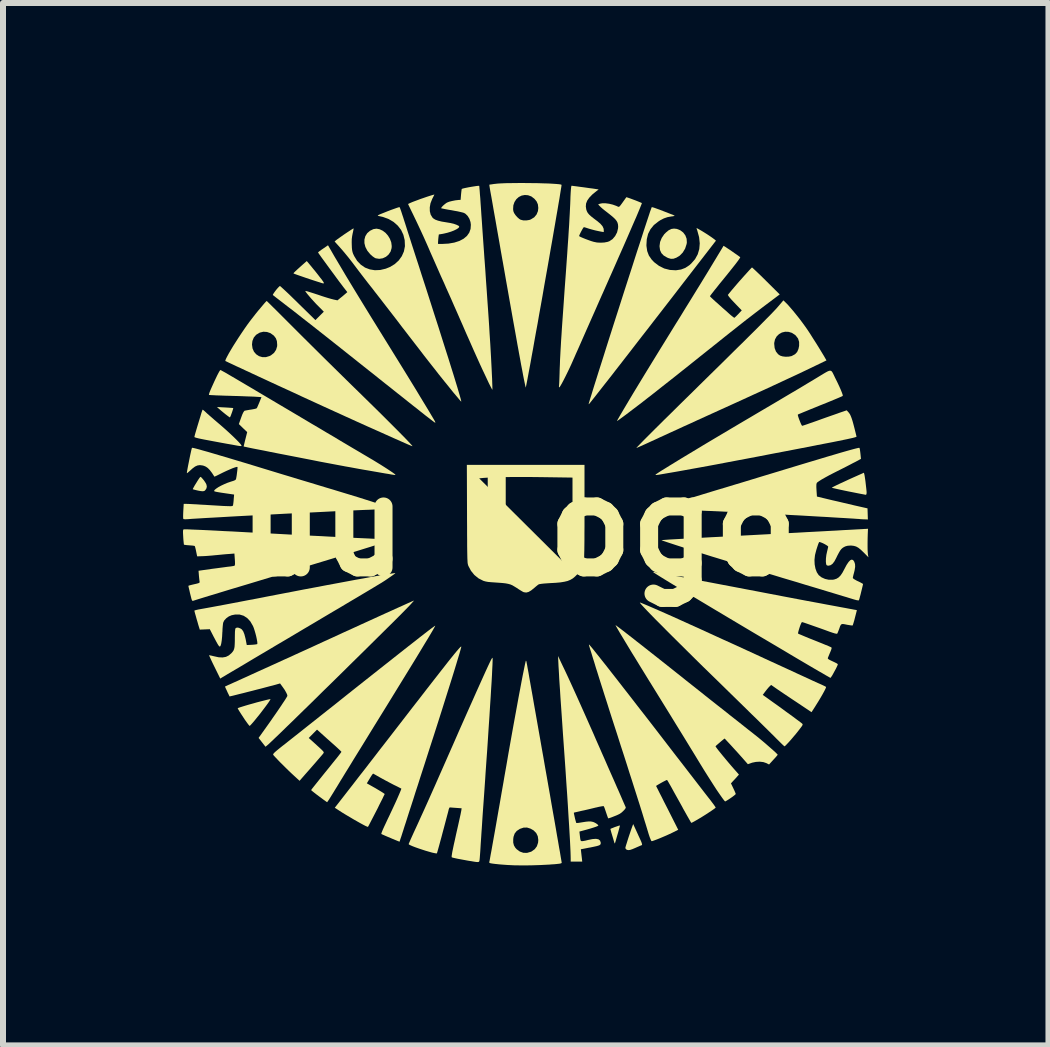
<source format=kicad_pcb>
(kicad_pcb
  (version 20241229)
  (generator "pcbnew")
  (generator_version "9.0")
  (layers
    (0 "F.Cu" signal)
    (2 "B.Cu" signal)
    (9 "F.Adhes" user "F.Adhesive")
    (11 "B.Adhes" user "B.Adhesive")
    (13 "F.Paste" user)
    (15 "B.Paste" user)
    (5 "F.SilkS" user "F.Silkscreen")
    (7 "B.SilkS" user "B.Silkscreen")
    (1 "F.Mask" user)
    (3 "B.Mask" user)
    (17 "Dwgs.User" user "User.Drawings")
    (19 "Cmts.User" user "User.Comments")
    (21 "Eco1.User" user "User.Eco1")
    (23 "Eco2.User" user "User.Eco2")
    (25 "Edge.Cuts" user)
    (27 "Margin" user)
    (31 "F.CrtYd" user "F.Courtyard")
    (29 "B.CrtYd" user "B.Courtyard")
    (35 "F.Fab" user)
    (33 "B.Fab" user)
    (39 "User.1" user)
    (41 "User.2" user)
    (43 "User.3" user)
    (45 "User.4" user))
  (footprint "uu Logo"
    (layer "F.Cu")
    (at 5.592 5.718)
    (property "Reference" "uu Logo" (at 0 0 0) (layer "F.SilkS") (effects (font (size 1.524 1.524) (thickness 0.3))))
    (attr board_only exclude_from_pos_files exclude_from_bom)
    (fp_poly (pts (xy -4.892 -1.977) (xy -4.842 -1.974) (xy -4.801 -1.971) (xy -4.771 -1.969) (xy -4.756 -1.967) (xy -4.755 -1.967) (xy -4.756 -1.957) (xy -4.763 -1.933) (xy -4.773 -1.902) (xy -4.785 -1.869) (xy -4.796 -1.839) (xy -4.806 -1.818) (xy -4.81 -1.811) (xy -4.821 -1.817) (xy -4.842 -1.832) (xy -4.872 -1.855) (xy -4.884 -1.864) (xy -4.921 -1.894) (xy -4.957 -1.924) (xy -4.985 -1.948) (xy -4.989 -1.951) (xy -5.026 -1.984)) (stroke (width 0) (type solid)) (fill yes) (layer "F.SilkS"))
    (fp_poly (pts (xy -5.288 -0.813) (xy -5.269 -0.792) (xy -5.246 -0.765) (xy -5.225 -0.735) (xy -5.208 -0.707) (xy -5.201 -0.69) (xy -5.195 -0.659) (xy -5.2 -0.633) (xy -5.203 -0.625) (xy -5.219 -0.6) (xy -5.236 -0.585) (xy -5.261 -0.58) (xy -5.297 -0.583) (xy -5.341 -0.591) (xy -5.379 -0.6) (xy -5.41 -0.608) (xy -5.427 -0.613) (xy -5.429 -0.614) (xy -5.426 -0.624) (xy -5.414 -0.646) (xy -5.397 -0.677) (xy -5.375 -0.712) (xy -5.353 -0.748) (xy -5.332 -0.781) (xy -5.314 -0.806) (xy -5.304 -0.819) (xy -5.302 -0.82)) (stroke (width 0) (type solid)) (fill yes) (layer "F.SilkS"))
    (fp_poly (pts (xy -2.315 -4.947) (xy -2.264 -4.923) (xy -2.216 -4.887) (xy -2.175 -4.84) (xy -2.143 -4.787) (xy -2.121 -4.728) (xy -2.113 -4.667) (xy -2.115 -4.633) (xy -2.132 -4.575) (xy -2.165 -4.526) (xy -2.209 -4.488) (xy -2.263 -4.463) (xy -2.321 -4.454) (xy -2.38 -4.463) (xy -2.403 -4.475) (xy -2.434 -4.497) (xy -2.466 -4.526) (xy -2.471 -4.53) (xy -2.52 -4.59) (xy -2.552 -4.652) (xy -2.568 -4.715) (xy -2.568 -4.775) (xy -2.553 -4.831) (xy -2.522 -4.881) (xy -2.476 -4.921) (xy -2.419 -4.949) (xy -2.367 -4.957)) (stroke (width 0) (type solid)) (fill yes) (layer "F.SilkS"))
    (fp_poly (pts (xy 1.691 4.991) (xy 1.688 5.004) (xy 1.681 5.031) (xy 1.671 5.068) (xy 1.659 5.112) (xy 1.645 5.159) (xy 1.632 5.204) (xy 1.621 5.244) (xy 1.612 5.273) (xy 1.607 5.289) (xy 1.606 5.29) (xy 1.601 5.285) (xy 1.597 5.275) (xy 1.592 5.259) (xy 1.583 5.227) (xy 1.571 5.187) (xy 1.561 5.154) (xy 1.548 5.111) (xy 1.539 5.077) (xy 1.533 5.055) (xy 1.532 5.048) (xy 1.547 5.04) (xy 1.573 5.03) (xy 1.605 5.017) (xy 1.638 5.006) (xy 1.666 4.996) (xy 1.686 4.991)) (stroke (width 0) (type solid)) (fill yes) (layer "F.SilkS"))
    (fp_poly (pts (xy 2.637 -4.953) (xy 2.696 -4.93) (xy 2.745 -4.893) (xy 2.781 -4.845) (xy 2.802 -4.789) (xy 2.806 -4.728) (xy 2.802 -4.701) (xy 2.777 -4.624) (xy 2.737 -4.558) (xy 2.686 -4.506) (xy 2.631 -4.473) (xy 2.584 -4.456) (xy 2.541 -4.454) (xy 2.496 -4.467) (xy 2.476 -4.476) (xy 2.42 -4.509) (xy 2.382 -4.549) (xy 2.359 -4.599) (xy 2.351 -4.66) (xy 2.351 -4.67) (xy 2.36 -4.736) (xy 2.387 -4.802) (xy 2.429 -4.864) (xy 2.458 -4.893) (xy 2.504 -4.931) (xy 2.548 -4.952) (xy 2.592 -4.958)) (stroke (width 0) (type solid)) (fill yes) (layer "F.SilkS"))
    (fp_poly (pts (xy -3.499 -4.382) (xy -3.466 -4.342) (xy -3.427 -4.294) (xy -3.384 -4.242) (xy -3.343 -4.19) (xy -3.307 -4.143) (xy -3.278 -4.107) (xy -3.273 -4.099) (xy -3.251 -4.068) (xy -3.243 -4.05) (xy -3.249 -4.044) (xy -3.268 -4.047) (xy -3.281 -4.051) (xy -3.372 -4.08) (xy -3.458 -4.108) (xy -3.536 -4.134) (xy -3.605 -4.158) (xy -3.663 -4.178) (xy -3.708 -4.194) (xy -3.738 -4.205) (xy -3.751 -4.212) (xy -3.751 -4.212) (xy -3.744 -4.222) (xy -3.724 -4.242) (xy -3.692 -4.272) (xy -3.65 -4.31) (xy -3.601 -4.354) (xy -3.553 -4.396) (xy -3.529 -4.417)) (stroke (width 0) (type solid)) (fill yes) (layer "F.SilkS"))
    (fp_poly (pts (xy 1.93 5.007) (xy 1.941 5.031) (xy 1.958 5.068) (xy 1.979 5.114) (xy 2.002 5.165) (xy 2.009 5.18) (xy 2.033 5.232) (xy 2.049 5.269) (xy 2.057 5.294) (xy 2.06 5.309) (xy 2.057 5.316) (xy 2.053 5.319) (xy 2.037 5.325) (xy 2.007 5.338) (xy 1.97 5.354) (xy 1.95 5.363) (xy 1.898 5.385) (xy 1.859 5.398) (xy 1.83 5.401) (xy 1.807 5.396) (xy 1.798 5.391) (xy 1.784 5.375) (xy 1.781 5.364) (xy 1.784 5.35) (xy 1.792 5.321) (xy 1.805 5.281) (xy 1.82 5.232) (xy 1.837 5.179) (xy 1.855 5.126) (xy 1.872 5.076) (xy 1.887 5.033) (xy 1.899 5) (xy 1.9 4.997) (xy 1.912 4.967)) (stroke (width 0) (type solid)) (fill yes) (layer "F.SilkS"))
    (fp_poly (pts (xy 5.764 -0.862) (xy 5.769 -0.838) (xy 5.775 -0.799) (xy 5.782 -0.75) (xy 5.788 -0.698) (xy 5.794 -0.646) (xy 5.799 -0.601) (xy 5.802 -0.567) (xy 5.802 -0.554) (xy 5.799 -0.53) (xy 5.79 -0.521) (xy 5.79 -0.521) (xy 5.777 -0.523) (xy 5.747 -0.529) (xy 5.703 -0.537) (xy 5.647 -0.548) (xy 5.582 -0.561) (xy 5.511 -0.575) (xy 5.5 -0.577) (xy 5.428 -0.592) (xy 5.363 -0.606) (xy 5.308 -0.618) (xy 5.265 -0.628) (xy 5.235 -0.635) (xy 5.223 -0.639) (xy 5.222 -0.639) (xy 5.232 -0.646) (xy 5.258 -0.66) (xy 5.299 -0.68) (xy 5.355 -0.707) (xy 5.423 -0.738) (xy 5.502 -0.775) (xy 5.591 -0.815) (xy 5.607 -0.822) (xy 5.757 -0.889)) (stroke (width 0) (type solid)) (fill yes) (layer "F.SilkS"))
    (fp_poly (pts (xy -4.134 2.885) (xy -4.138 2.895) (xy -4.152 2.918) (xy -4.175 2.952) (xy -4.205 2.993) (xy -4.241 3.041) (xy -4.279 3.091) (xy -4.319 3.143) (xy -4.359 3.192) (xy -4.396 3.238) (xy -4.429 3.277) (xy -4.456 3.307) (xy -4.474 3.326) (xy -4.482 3.331) (xy -4.49 3.323) (xy -4.508 3.301) (xy -4.532 3.268) (xy -4.562 3.226) (xy -4.588 3.186) (xy -4.619 3.139) (xy -4.646 3.097) (xy -4.666 3.064) (xy -4.678 3.043) (xy -4.68 3.036) (xy -4.667 3.03) (xy -4.638 3.02) (xy -4.597 3.007) (xy -4.545 2.991) (xy -4.487 2.974) (xy -4.425 2.957) (xy -4.362 2.939) (xy -4.301 2.923) (xy -4.245 2.909) (xy -4.198 2.897) (xy -4.162 2.889) (xy -4.14 2.885)) (stroke (width 0) (type solid)) (fill yes) (layer "F.SilkS"))
    (fp_poly (pts (xy -5.257 -1.936) (xy -5.238 -1.921) (xy -5.214 -1.899) (xy -5.193 -1.879) (xy -5.159 -1.849) (xy -5.115 -1.811) (xy -5.066 -1.768) (xy -5.013 -1.723) (xy -4.992 -1.705) (xy -4.928 -1.65) (xy -4.865 -1.594) (xy -4.805 -1.539) (xy -4.75 -1.487) (xy -4.702 -1.44) (xy -4.663 -1.4) (xy -4.635 -1.369) (xy -4.621 -1.349) (xy -4.617 -1.342) (xy -4.616 -1.337) (xy -4.619 -1.334) (xy -4.63 -1.333) (xy -4.649 -1.335) (xy -4.679 -1.339) (xy -4.722 -1.347) (xy -4.781 -1.358) (xy -4.857 -1.371) (xy -4.977 -1.393) (xy -5.079 -1.412) (xy -5.164 -1.428) (xy -5.233 -1.441) (xy -5.288 -1.452) (xy -5.331 -1.461) (xy -5.362 -1.469) (xy -5.383 -1.475) (xy -5.396 -1.48) (xy -5.402 -1.484) (xy -5.402 -1.486) (xy -5.399 -1.499) (xy -5.392 -1.528) (xy -5.38 -1.569) (xy -5.365 -1.62) (xy -5.351 -1.667) (xy -5.333 -1.726) (xy -5.316 -1.782) (xy -5.301 -1.831) (xy -5.29 -1.869) (xy -5.285 -1.886) (xy -5.275 -1.915) (xy -5.268 -1.935) (xy -5.266 -1.94)) (stroke (width 0) (type solid)) (fill yes) (layer "F.SilkS"))
    (fp_poly (pts (xy 1.1 -0.246) (xy 1.1 -0.117) (xy 1.1 0.005) (xy 1.099 0.12) (xy 1.099 0.226) (xy 1.098 0.321) (xy 1.097 0.403) (xy 1.095 0.471) (xy 1.094 0.524) (xy 1.093 0.56) (xy 1.091 0.577) (xy 1.069 0.661) (xy 1.035 0.733) (xy 0.987 0.797) (xy 0.983 0.801) (xy 0.944 0.84) (xy 0.906 0.872) (xy 0.865 0.896) (xy 0.819 0.915) (xy 0.765 0.928) (xy 0.698 0.939) (xy 0.618 0.946) (xy 0.543 0.95) (xy 0.48 0.954) (xy 0.425 0.958) (xy 0.38 0.963) (xy 0.35 0.968) (xy 0.338 0.971) (xy 0.319 0.984) (xy 0.292 1.006) (xy 0.264 1.03) (xy 0.212 1.072) (xy 0.168 1.098) (xy 0.129 1.108) (xy 0.092 1.103) (xy 0.082 1.1) (xy 0.065 1.091) (xy 0.035 1.073) (xy -0.002 1.05) (xy -0.03 1.031) (xy -0.069 1.007) (xy -0.103 0.987) (xy -0.136 0.973) (xy -0.173 0.963) (xy -0.216 0.955) (xy -0.269 0.949) (xy -0.337 0.944) (xy -0.38 0.941) (xy -0.452 0.936) (xy -0.508 0.931) (xy -0.55 0.923) (xy -0.582 0.914) (xy -0.587 0.912) (xy -0.666 0.872) (xy -0.735 0.816) (xy -0.792 0.746) (xy -0.834 0.667) (xy -0.838 0.658) (xy -0.841 0.648) (xy -0.844 0.636) (xy -0.847 0.622) (xy -0.849 0.603) (xy -0.85 0.578) (xy -0.852 0.546) (xy -0.853 0.506) (xy -0.854 0.456) (xy -0.855 0.395) (xy -0.856 0.321) (xy -0.856 0.233) (xy -0.857 0.13) (xy -0.857 0.011) (xy -0.858 -0.126) (xy -0.858 -0.203) (xy -0.86 -0.795) (xy -0.655 -0.795) (xy 0.834 0.685) (xy 0.857 0.635) (xy 0.871 0.597) (xy 0.883 0.551) (xy 0.89 0.515) (xy 0.892 0.491) (xy 0.894 0.449) (xy 0.895 0.39) (xy 0.897 0.316) (xy 0.898 0.228) (xy 0.899 0.128) (xy 0.9 0.018) (xy 0.9 -0.1) (xy 0.9 -0.181) (xy 0.9 -0.808) (xy 0.415 -0.815) (xy 0.259 -0.817) (xy 0.108 -0.818) (xy -0.034 -0.818) (xy -0.166 -0.817) (xy -0.287 -0.815) (xy -0.394 -0.812) (xy -0.486 -0.809) (xy -0.56 -0.804) (xy -0.589 -0.802) (xy -0.655 -0.795) (xy -0.86 -0.795) (xy -0.861 -1.02) (xy 1.1 -1.02)) (stroke (width 0) (type solid)) (fill yes) (layer "F.SilkS"))
    (fp_poly (pts (xy 5.682 -1.304) (xy 5.687 -1.291) (xy 5.692 -1.263) (xy 5.697 -1.225) (xy 5.699 -1.208) (xy 5.708 -1.12) (xy 5.618 -1.071) (xy 5.576 -1.05) (xy 5.523 -1.022) (xy 5.463 -0.991) (xy 5.402 -0.96) (xy 5.372 -0.945) (xy 5.273 -0.895) (xy 5.185 -0.85) (xy 5.112 -0.81) (xy 5.052 -0.776) (xy 5.008 -0.748) (xy 4.98 -0.728) (xy 4.971 -0.718) (xy 4.965 -0.695) (xy 4.964 -0.652) (xy 4.967 -0.595) (xy 4.974 -0.492) (xy 5.165 -0.446) (xy 5.236 -0.429) (xy 5.32 -0.41) (xy 5.409 -0.389) (xy 5.498 -0.368) (xy 5.58 -0.349) (xy 5.587 -0.347) (xy 5.817 -0.295) (xy 5.82 -0.202) (xy 5.823 -0.11) (xy 5.77 -0.112) (xy 5.735 -0.113) (xy 5.703 -0.115) (xy 5.692 -0.116) (xy 5.675 -0.118) (xy 5.639 -0.12) (xy 5.587 -0.124) (xy 5.52 -0.128) (xy 5.44 -0.133) (xy 5.349 -0.138) (xy 5.249 -0.144) (xy 5.141 -0.151) (xy 5.026 -0.157) (xy 4.908 -0.164) (xy 4.787 -0.171) (xy 4.666 -0.178) (xy 4.545 -0.184) (xy 4.428 -0.191) (xy 4.315 -0.197) (xy 4.208 -0.202) (xy 4.109 -0.208) (xy 4.02 -0.212) (xy 3.967 -0.215) (xy 3.827 -0.222) (xy 3.704 -0.228) (xy 3.597 -0.233) (xy 3.503 -0.237) (xy 3.419 -0.241) (xy 3.343 -0.245) (xy 3.273 -0.248) (xy 3.207 -0.251) (xy 3.142 -0.253) (xy 3.075 -0.256) (xy 3.005 -0.259) (xy 2.956 -0.261) (xy 2.871 -0.264) (xy 2.782 -0.267) (xy 2.696 -0.271) (xy 2.617 -0.274) (xy 2.548 -0.276) (xy 2.496 -0.279) (xy 2.336 -0.285) (xy 2.396 -0.309) (xy 2.443 -0.327) (xy 2.497 -0.346) (xy 2.561 -0.368) (xy 2.636 -0.393) (xy 2.723 -0.421) (xy 2.823 -0.453) (xy 2.938 -0.488) (xy 3.068 -0.528) (xy 3.215 -0.573) (xy 3.321 -0.605) (xy 3.449 -0.643) (xy 3.59 -0.686) (xy 3.74 -0.731) (xy 3.894 -0.778) (xy 4.048 -0.825) (xy 4.197 -0.87) (xy 4.336 -0.912) (xy 4.457 -0.949) (xy 4.655 -1.009) (xy 4.834 -1.063) (xy 4.995 -1.111) (xy 5.137 -1.154) (xy 5.263 -1.191) (xy 5.371 -1.223) (xy 5.462 -1.249) (xy 5.537 -1.27) (xy 5.596 -1.286) (xy 5.64 -1.297) (xy 5.668 -1.303) (xy 5.681 -1.304)) (stroke (width 0) (type solid)) (fill yes) (layer "F.SilkS"))
    (fp_poly (pts (xy 4.454 -3.724) (xy 4.488 -3.69) (xy 4.53 -3.642) (xy 4.578 -3.586) (xy 4.629 -3.523) (xy 4.681 -3.458) (xy 4.729 -3.394) (xy 4.772 -3.335) (xy 4.783 -3.32) (xy 4.819 -3.268) (xy 4.862 -3.203) (xy 4.909 -3.128) (xy 4.959 -3.05) (xy 5.008 -2.971) (xy 5.053 -2.897) (xy 5.093 -2.831) (xy 5.106 -2.808) (xy 5.133 -2.761) (xy 4.965 -2.68) (xy 4.857 -2.628) (xy 4.746 -2.575) (xy 4.63 -2.52) (xy 4.507 -2.463) (xy 4.376 -2.402) (xy 4.236 -2.337) (xy 4.085 -2.267) (xy 3.922 -2.193) (xy 3.746 -2.112) (xy 3.555 -2.025) (xy 3.348 -1.931) (xy 3.216 -1.871) (xy 3.102 -1.819) (xy 2.983 -1.765) (xy 2.864 -1.71) (xy 2.746 -1.657) (xy 2.634 -1.605) (xy 2.528 -1.557) (xy 2.433 -1.513) (xy 2.351 -1.476) (xy 2.294 -1.449) (xy 2.219 -1.415) (xy 2.15 -1.383) (xy 2.088 -1.355) (xy 2.037 -1.332) (xy 1.998 -1.315) (xy 1.973 -1.304) (xy 1.964 -1.301) (xy 1.969 -1.307) (xy 1.987 -1.327) (xy 2.017 -1.358) (xy 2.056 -1.398) (xy 2.105 -1.448) (xy 2.161 -1.504) (xy 2.223 -1.566) (xy 2.286 -1.629) (xy 2.349 -1.691) (xy 2.424 -1.766) (xy 2.51 -1.85) (xy 2.603 -1.942) (xy 2.702 -2.04) (xy 2.806 -2.142) (xy 2.911 -2.245) (xy 3.016 -2.349) (xy 3.118 -2.449) (xy 3.186 -2.516) (xy 3.341 -2.668) (xy 3.482 -2.807) (xy 3.609 -2.933) (xy 3.714 -3.036) (xy 4.262 -3.036) (xy 4.269 -2.967) (xy 4.291 -2.909) (xy 4.327 -2.864) (xy 4.36 -2.841) (xy 4.401 -2.828) (xy 4.451 -2.822) (xy 4.504 -2.824) (xy 4.551 -2.833) (xy 4.559 -2.837) (xy 4.609 -2.864) (xy 4.644 -2.901) (xy 4.666 -2.951) (xy 4.677 -3.004) (xy 4.677 -3.069) (xy 4.659 -3.126) (xy 4.622 -3.174) (xy 4.611 -3.185) (xy 4.557 -3.22) (xy 4.501 -3.237) (xy 4.444 -3.239) (xy 4.39 -3.226) (xy 4.342 -3.199) (xy 4.303 -3.161) (xy 4.275 -3.111) (xy 4.262 -3.052) (xy 4.262 -3.036) (xy 3.714 -3.036) (xy 3.725 -3.046) (xy 3.828 -3.149) (xy 3.92 -3.24) (xy 4.002 -3.322) (xy 4.073 -3.394) (xy 4.135 -3.457) (xy 4.189 -3.511) (xy 4.234 -3.558) (xy 4.272 -3.598) (xy 4.303 -3.631) (xy 4.327 -3.659) (xy 4.336 -3.669) (xy 4.415 -3.762)) (stroke (width 0) (type solid)) (fill yes) (layer "F.SilkS"))
    (fp_poly (pts (xy -1.803 1.311) (xy -1.822 1.331) (xy -1.854 1.364) (xy -1.898 1.409) (xy -1.953 1.465) (xy -2.019 1.531) (xy -2.094 1.606) (xy -2.178 1.689) (xy -2.269 1.779) (xy -2.366 1.875) (xy -2.469 1.977) (xy -2.576 2.083) (xy -2.687 2.192) (xy -2.8 2.303) (xy -2.914 2.416) (xy -3.03 2.53) (xy -3.145 2.643) (xy -3.259 2.754) (xy -3.37 2.864) (xy -3.478 2.97) (xy -3.582 3.071) (xy -3.681 3.168) (xy -3.773 3.258) (xy -3.859 3.341) (xy -3.936 3.416) (xy -4.004 3.482) (xy -4.063 3.538) (xy -4.11 3.583) (xy -4.145 3.616) (xy -4.167 3.637) (xy -4.172 3.641) (xy -4.217 3.678) (xy -4.274 3.605) (xy -4.332 3.531) (xy -4.195 3.339) (xy -4.145 3.269) (xy -4.096 3.198) (xy -4.047 3.128) (xy -4.001 3.061) (xy -3.959 2.999) (xy -3.922 2.943) (xy -3.891 2.897) (xy -3.869 2.861) (xy -3.855 2.837) (xy -3.852 2.83) (xy -3.857 2.806) (xy -3.874 2.771) (xy -3.898 2.729) (xy -3.928 2.686) (xy -3.974 2.623) (xy -4.02 2.636) (xy -4.051 2.645) (xy -4.095 2.657) (xy -4.151 2.671) (xy -4.215 2.688) (xy -4.286 2.707) (xy -4.362 2.726) (xy -4.438 2.746) (xy -4.514 2.765) (xy -4.587 2.784) (xy -4.653 2.8) (xy -4.712 2.815) (xy -4.759 2.827) (xy -4.794 2.835) (xy -4.813 2.839) (xy -4.816 2.84) (xy -4.821 2.829) (xy -4.832 2.806) (xy -4.847 2.776) (xy -4.862 2.742) (xy -4.877 2.711) (xy -4.887 2.688) (xy -4.892 2.677) (xy -4.892 2.676) (xy -4.884 2.671) (xy -4.862 2.661) (xy -4.831 2.646) (xy -4.829 2.646) (xy -4.798 2.632) (xy -4.75 2.61) (xy -4.687 2.582) (xy -4.613 2.548) (xy -4.528 2.51) (xy -4.435 2.467) (xy -4.336 2.422) (xy -4.232 2.375) (xy -4.126 2.327) (xy -4.02 2.279) (xy -3.916 2.231) (xy -3.815 2.186) (xy -3.72 2.142) (xy -3.632 2.102) (xy -3.555 2.067) (xy -3.489 2.037) (xy -3.436 2.013) (xy -3.426 2.008) (xy -3.257 1.93) (xy -3.09 1.854) (xy -2.928 1.779) (xy -2.771 1.708) (xy -2.621 1.639) (xy -2.478 1.574) (xy -2.345 1.513) (xy -2.222 1.457) (xy -2.111 1.407) (xy -2.012 1.362) (xy -1.927 1.324) (xy -1.857 1.292) (xy -1.804 1.269) (xy -1.783 1.259) (xy -1.74 1.241)) (stroke (width 0) (type solid)) (fill yes) (layer "F.SilkS"))
    (fp_poly (pts (xy -4.189 -3.745) (xy -4.169 -3.725) (xy -4.136 -3.693) (xy -4.093 -3.65) (xy -4.04 -3.598) (xy -3.979 -3.537) (xy -3.911 -3.469) (xy -3.836 -3.394) (xy -3.756 -3.314) (xy -3.69 -3.248) (xy -3.587 -3.145) (xy -3.473 -3.032) (xy -3.352 -2.912) (xy -3.226 -2.787) (xy -3.098 -2.661) (xy -2.973 -2.538) (xy -2.853 -2.42) (xy -2.742 -2.311) (xy -2.676 -2.247) (xy -2.568 -2.141) (xy -2.463 -2.038) (xy -2.362 -1.939) (xy -2.266 -1.844) (xy -2.176 -1.754) (xy -2.092 -1.67) (xy -2.016 -1.594) (xy -1.948 -1.525) (xy -1.89 -1.466) (xy -1.842 -1.416) (xy -1.805 -1.376) (xy -1.78 -1.349) (xy -1.768 -1.334) (xy -1.767 -1.331) (xy -1.78 -1.335) (xy -1.806 -1.345) (xy -1.839 -1.359) (xy -1.846 -1.362) (xy -2.081 -1.466) (xy -2.304 -1.566) (xy -2.513 -1.659) (xy -2.708 -1.747) (xy -2.871 -1.821) (xy -2.956 -1.86) (xy -3.051 -1.903) (xy -3.154 -1.95) (xy -3.264 -2) (xy -3.379 -2.053) (xy -3.499 -2.108) (xy -3.621 -2.164) (xy -3.745 -2.222) (xy -3.869 -2.279) (xy -3.992 -2.335) (xy -4.113 -2.391) (xy -4.229 -2.445) (xy -4.34 -2.496) (xy -4.445 -2.545) (xy -4.542 -2.59) (xy -4.629 -2.631) (xy -4.706 -2.666) (xy -4.771 -2.697) (xy -4.823 -2.721) (xy -4.86 -2.739) (xy -4.881 -2.749) (xy -4.886 -2.751) (xy -4.885 -2.764) (xy -4.874 -2.791) (xy -4.854 -2.83) (xy -4.827 -2.88) (xy -4.793 -2.938) (xy -4.754 -3.003) (xy -4.74 -3.025) (xy -4.442 -3.025) (xy -4.433 -2.961) (xy -4.409 -2.906) (xy -4.372 -2.863) (xy -4.325 -2.832) (xy -4.271 -2.816) (xy -4.212 -2.815) (xy -4.152 -2.833) (xy -4.127 -2.845) (xy -4.075 -2.886) (xy -4.041 -2.937) (xy -4.023 -2.996) (xy -4.022 -3.023) (xy -4.027 -3.083) (xy -4.044 -3.13) (xy -4.076 -3.172) (xy -4.083 -3.178) (xy -4.134 -3.215) (xy -4.192 -3.235) (xy -4.252 -3.239) (xy -4.31 -3.225) (xy -4.317 -3.222) (xy -4.373 -3.188) (xy -4.412 -3.142) (xy -4.435 -3.085) (xy -4.442 -3.025) (xy -4.74 -3.025) (xy -4.71 -3.072) (xy -4.664 -3.144) (xy -4.616 -3.216) (xy -4.568 -3.287) (xy -4.521 -3.354) (xy -4.482 -3.407) (xy -4.45 -3.449) (xy -4.414 -3.495) (xy -4.375 -3.545) (xy -4.335 -3.594) (xy -4.296 -3.64) (xy -4.261 -3.682) (xy -4.232 -3.716) (xy -4.21 -3.74) (xy -4.198 -3.751) (xy -4.197 -3.751)) (stroke (width 0) (type solid)) (fill yes) (layer "F.SilkS"))
    (fp_poly (pts (xy 0.129 2.249) (xy 0.134 2.268) (xy 0.137 2.286) (xy 0.144 2.321) (xy 0.153 2.374) (xy 0.166 2.442) (xy 0.18 2.525) (xy 0.197 2.62) (xy 0.216 2.728) (xy 0.237 2.845) (xy 0.259 2.973) (xy 0.283 3.108) (xy 0.308 3.25) (xy 0.334 3.398) (xy 0.361 3.55) (xy 0.388 3.705) (xy 0.416 3.862) (xy 0.443 4.019) (xy 0.471 4.176) (xy 0.498 4.331) (xy 0.525 4.483) (xy 0.55 4.63) (xy 0.575 4.772) (xy 0.599 4.907) (xy 0.621 5.034) (xy 0.641 5.152) (xy 0.66 5.259) (xy 0.676 5.354) (xy 0.691 5.436) (xy 0.702 5.504) (xy 0.711 5.556) (xy 0.717 5.592) (xy 0.72 5.609) (xy 0.72 5.611) (xy 0.717 5.617) (xy 0.706 5.622) (xy 0.685 5.627) (xy 0.651 5.631) (xy 0.602 5.636) (xy 0.537 5.64) (xy 0.52 5.642) (xy 0.361 5.65) (xy 0.204 5.655) (xy 0.053 5.656) (xy -0.085 5.654) (xy -0.116 5.652) (xy -0.182 5.649) (xy -0.251 5.644) (xy -0.316 5.639) (xy -0.371 5.633) (xy -0.384 5.632) (xy -0.431 5.626) (xy -0.462 5.621) (xy -0.479 5.616) (xy -0.487 5.61) (xy -0.487 5.602) (xy -0.487 5.598) (xy -0.482 5.579) (xy -0.475 5.54) (xy -0.465 5.483) (xy -0.451 5.409) (xy -0.435 5.318) (xy -0.417 5.217) (xy -0.088 5.217) (xy -0.088 5.276) (xy -0.076 5.323) (xy -0.052 5.363) (xy -0.031 5.386) (xy 0.022 5.425) (xy 0.081 5.446) (xy 0.143 5.447) (xy 0.205 5.429) (xy 0.217 5.424) (xy 0.27 5.386) (xy 0.306 5.338) (xy 0.326 5.278) (xy 0.33 5.232) (xy 0.321 5.169) (xy 0.295 5.116) (xy 0.251 5.072) (xy 0.2 5.043) (xy 0.142 5.025) (xy 0.085 5.026) (xy 0.026 5.046) (xy 0.021 5.048) (xy -0.03 5.082) (xy -0.064 5.125) (xy -0.083 5.179) (xy -0.088 5.217) (xy -0.417 5.217) (xy -0.416 5.211) (xy -0.394 5.089) (xy -0.37 4.952) (xy -0.344 4.802) (xy -0.315 4.639) (xy -0.285 4.464) (xy -0.252 4.277) (xy -0.236 4.182) (xy -0.202 3.99) (xy -0.17 3.803) (xy -0.138 3.622) (xy -0.107 3.448) (xy -0.077 3.282) (xy -0.048 3.124) (xy -0.021 2.976) (xy 0.004 2.839) (xy 0.028 2.713) (xy 0.049 2.6) (xy 0.068 2.501) (xy 0.085 2.417) (xy 0.099 2.348) (xy 0.11 2.295) (xy 0.118 2.261) (xy 0.123 2.244) (xy 0.124 2.244)) (stroke (width 0) (type solid)) (fill yes) (layer "F.SilkS"))
    (fp_poly (pts (xy 2.034 1.277) (xy 2.062 1.288) (xy 2.108 1.307) (xy 2.17 1.333) (xy 2.248 1.367) (xy 2.342 1.408) (xy 2.451 1.456) (xy 2.575 1.511) (xy 2.712 1.573) (xy 2.864 1.642) (xy 3.028 1.716) (xy 3.205 1.797) (xy 3.393 1.883) (xy 3.594 1.974) (xy 3.805 2.071) (xy 4.027 2.173) (xy 4.087 2.201) (xy 4.211 2.258) (xy 4.331 2.313) (xy 4.446 2.366) (xy 4.555 2.416) (xy 4.656 2.463) (xy 4.748 2.505) (xy 4.829 2.542) (xy 4.897 2.574) (xy 4.952 2.599) (xy 4.992 2.617) (xy 5.013 2.626) (xy 5.055 2.645) (xy 5.091 2.662) (xy 5.116 2.675) (xy 5.126 2.681) (xy 5.124 2.693) (xy 5.113 2.719) (xy 5.093 2.758) (xy 5.066 2.807) (xy 5.033 2.864) (xy 4.995 2.927) (xy 4.953 2.994) (xy 4.944 3.009) (xy 4.884 3.102) (xy 4.63 2.932) (xy 4.562 2.887) (xy 4.495 2.842) (xy 4.432 2.8) (xy 4.376 2.762) (xy 4.33 2.731) (xy 4.298 2.709) (xy 4.294 2.706) (xy 4.211 2.648) (xy 4.185 2.672) (xy 4.166 2.692) (xy 4.141 2.722) (xy 4.115 2.755) (xy 4.071 2.814) (xy 4.143 2.865) (xy 4.197 2.904) (xy 4.257 2.947) (xy 4.322 2.993) (xy 4.388 3.041) (xy 4.453 3.089) (xy 4.517 3.135) (xy 4.576 3.178) (xy 4.628 3.217) (xy 4.671 3.249) (xy 4.703 3.273) (xy 4.722 3.288) (xy 4.726 3.291) (xy 4.733 3.299) (xy 4.736 3.308) (xy 4.732 3.32) (xy 4.721 3.338) (xy 4.701 3.365) (xy 4.67 3.405) (xy 4.661 3.417) (xy 4.625 3.462) (xy 4.586 3.508) (xy 4.548 3.553) (xy 4.511 3.595) (xy 4.479 3.629) (xy 4.454 3.655) (xy 4.437 3.67) (xy 4.433 3.671) (xy 4.425 3.665) (xy 4.404 3.646) (xy 4.373 3.616) (xy 4.335 3.578) (xy 4.29 3.534) (xy 4.257 3.5) (xy 4.221 3.465) (xy 4.173 3.417) (xy 4.114 3.359) (xy 4.045 3.291) (xy 3.968 3.215) (xy 3.884 3.134) (xy 3.796 3.047) (xy 3.705 2.958) (xy 3.613 2.868) (xy 3.536 2.793) (xy 3.376 2.636) (xy 3.221 2.485) (xy 3.073 2.341) (xy 2.933 2.203) (xy 2.801 2.072) (xy 2.678 1.95) (xy 2.563 1.836) (xy 2.458 1.731) (xy 2.363 1.635) (xy 2.278 1.55) (xy 2.205 1.475) (xy 2.143 1.411) (xy 2.094 1.359) (xy 2.057 1.319) (xy 2.033 1.291) (xy 2.023 1.277) (xy 2.023 1.275)) (stroke (width 0) (type solid)) (fill yes) (layer "F.SilkS"))
    (fp_poly (pts (xy 2.232 -5.314) (xy 2.26 -5.306) (xy 2.302 -5.291) (xy 2.357 -5.271) (xy 2.422 -5.246) (xy 2.496 -5.217) (xy 2.577 -5.185) (xy 2.596 -5.177) (xy 2.602 -5.172) (xy 2.592 -5.167) (xy 2.564 -5.162) (xy 2.551 -5.161) (xy 2.484 -5.149) (xy 2.423 -5.128) (xy 2.361 -5.096) (xy 2.331 -5.076) (xy 2.256 -5.017) (xy 2.2 -4.948) (xy 2.16 -4.87) (xy 2.138 -4.781) (xy 2.132 -4.682) (xy 2.133 -4.666) (xy 2.145 -4.583) (xy 2.173 -4.509) (xy 2.219 -4.442) (xy 2.261 -4.398) (xy 2.341 -4.337) (xy 2.429 -4.293) (xy 2.523 -4.269) (xy 2.622 -4.263) (xy 2.63 -4.264) (xy 2.709 -4.276) (xy 2.78 -4.303) (xy 2.847 -4.347) (xy 2.88 -4.377) (xy 2.943 -4.449) (xy 2.987 -4.529) (xy 3.013 -4.617) (xy 3.021 -4.712) (xy 3.01 -4.815) (xy 2.98 -4.925) (xy 2.966 -4.965) (xy 2.971 -4.965) (xy 2.991 -4.956) (xy 3.02 -4.939) (xy 3.058 -4.917) (xy 3.1 -4.891) (xy 3.143 -4.864) (xy 3.185 -4.836) (xy 3.223 -4.81) (xy 3.253 -4.788) (xy 3.264 -4.78) (xy 3.291 -4.757) (xy 2.885 -4.232) (xy 2.735 -4.038) (xy 2.598 -3.86) (xy 2.471 -3.696) (xy 2.354 -3.545) (xy 2.247 -3.407) (xy 2.149 -3.28) (xy 2.059 -3.165) (xy 1.977 -3.059) (xy 1.902 -2.962) (xy 1.834 -2.874) (xy 1.771 -2.793) (xy 1.713 -2.718) (xy 1.66 -2.65) (xy 1.61 -2.586) (xy 1.564 -2.526) (xy 1.52 -2.47) (xy 1.478 -2.416) (xy 1.442 -2.371) (xy 1.377 -2.288) (xy 1.323 -2.219) (xy 1.28 -2.164) (xy 1.245 -2.12) (xy 1.219 -2.087) (xy 1.2 -2.063) (xy 1.186 -2.046) (xy 1.178 -2.037) (xy 1.173 -2.032) (xy 1.171 -2.031) (xy 1.17 -2.033) (xy 1.17 -2.036) (xy 1.17 -2.037) (xy 1.173 -2.05) (xy 1.182 -2.08) (xy 1.196 -2.127) (xy 1.216 -2.19) (xy 1.239 -2.266) (xy 1.267 -2.356) (xy 1.299 -2.457) (xy 1.334 -2.569) (xy 1.373 -2.691) (xy 1.414 -2.82) (xy 1.457 -2.957) (xy 1.502 -3.099) (xy 1.549 -3.246) (xy 1.597 -3.397) (xy 1.646 -3.549) (xy 1.695 -3.702) (xy 1.744 -3.856) (xy 1.793 -4.008) (xy 1.841 -4.157) (xy 1.888 -4.302) (xy 1.933 -4.443) (xy 1.976 -4.577) (xy 2.018 -4.704) (xy 2.056 -4.822) (xy 2.091 -4.931) (xy 2.123 -5.028) (xy 2.151 -5.113) (xy 2.175 -5.185) (xy 2.194 -5.243) (xy 2.209 -5.284) (xy 2.218 -5.309) (xy 2.22 -5.315)) (stroke (width 0) (type solid)) (fill yes) (layer "F.SilkS"))
    (fp_poly (pts (xy 0.141 -5.717) (xy 0.235 -5.716) (xy 0.326 -5.715) (xy 0.414 -5.712) (xy 0.494 -5.71) (xy 0.566 -5.706) (xy 0.626 -5.702) (xy 0.673 -5.698) (xy 0.704 -5.693) (xy 0.717 -5.688) (xy 0.717 -5.678) (xy 0.713 -5.649) (xy 0.705 -5.602) (xy 0.695 -5.54) (xy 0.683 -5.463) (xy 0.667 -5.372) (xy 0.65 -5.27) (xy 0.63 -5.156) (xy 0.609 -5.032) (xy 0.586 -4.9) (xy 0.562 -4.76) (xy 0.536 -4.614) (xy 0.51 -4.463) (xy 0.483 -4.309) (xy 0.455 -4.152) (xy 0.427 -3.994) (xy 0.4 -3.836) (xy 0.372 -3.679) (xy 0.344 -3.525) (xy 0.318 -3.374) (xy 0.291 -3.229) (xy 0.266 -3.09) (xy 0.243 -2.958) (xy 0.22 -2.834) (xy 0.2 -2.721) (xy 0.181 -2.619) (xy 0.164 -2.529) (xy 0.15 -2.453) (xy 0.138 -2.391) (xy 0.129 -2.346) (xy 0.123 -2.318) (xy 0.121 -2.308) (xy 0.118 -2.317) (xy 0.112 -2.343) (xy 0.103 -2.386) (xy 0.091 -2.443) (xy 0.077 -2.514) (xy 0.062 -2.596) (xy 0.044 -2.688) (xy 0.026 -2.788) (xy 0.006 -2.895) (xy 0.002 -2.919) (xy -0.018 -3.027) (xy -0.04 -3.152) (xy -0.065 -3.291) (xy -0.092 -3.441) (xy -0.12 -3.599) (xy -0.149 -3.762) (xy -0.178 -3.927) (xy -0.207 -4.09) (xy -0.235 -4.251) (xy -0.262 -4.404) (xy -0.27 -4.447) (xy -0.294 -4.583) (xy -0.317 -4.717) (xy -0.34 -4.847) (xy -0.362 -4.971) (xy -0.382 -5.087) (xy -0.401 -5.193) (xy -0.417 -5.283) (xy -0.09 -5.283) (xy -0.086 -5.249) (xy -0.074 -5.218) (xy -0.05 -5.182) (xy -0.019 -5.147) (xy 0.013 -5.119) (xy 0.035 -5.106) (xy 0.078 -5.095) (xy 0.13 -5.094) (xy 0.181 -5.102) (xy 0.205 -5.111) (xy 0.262 -5.146) (xy 0.301 -5.193) (xy 0.324 -5.249) (xy 0.33 -5.302) (xy 0.323 -5.362) (xy 0.301 -5.412) (xy 0.265 -5.455) (xy 0.214 -5.494) (xy 0.159 -5.514) (xy 0.105 -5.518) (xy 0.052 -5.508) (xy 0.004 -5.484) (xy -0.036 -5.448) (xy -0.067 -5.401) (xy -0.086 -5.346) (xy -0.09 -5.283) (xy -0.417 -5.283) (xy -0.418 -5.289) (xy -0.432 -5.371) (xy -0.444 -5.439) (xy -0.453 -5.49) (xy -0.459 -5.522) (xy -0.469 -5.577) (xy -0.477 -5.624) (xy -0.483 -5.661) (xy -0.486 -5.684) (xy -0.486 -5.689) (xy -0.476 -5.692) (xy -0.45 -5.695) (xy -0.413 -5.701) (xy -0.385 -5.704) (xy -0.339 -5.709) (xy -0.28 -5.712) (xy -0.21 -5.715) (xy -0.13 -5.716) (xy -0.044 -5.717) (xy 0.048 -5.718)) (stroke (width 0) (type solid)) (fill yes) (layer "F.SilkS"))
    (fp_poly (pts (xy -4.957 -2.596) (xy -4.932 -2.582) (xy -4.893 -2.561) (xy -4.845 -2.533) (xy -4.789 -2.5) (xy -4.727 -2.464) (xy -4.673 -2.432) (xy -4.605 -2.392) (xy -4.524 -2.344) (xy -4.432 -2.29) (xy -4.33 -2.229) (xy -4.22 -2.164) (xy -4.102 -2.094) (xy -3.979 -2.021) (xy -3.852 -1.946) (xy -3.722 -1.869) (xy -3.591 -1.791) (xy -3.46 -1.713) (xy -3.33 -1.637) (xy -3.203 -1.561) (xy -3.08 -1.489) (xy -2.964 -1.419) (xy -2.854 -1.354) (xy -2.753 -1.294) (xy -2.661 -1.24) (xy -2.582 -1.193) (xy -2.514 -1.153) (xy -2.462 -1.122) (xy -2.424 -1.1) (xy -2.421 -1.098) (xy -2.359 -1.06) (xy -2.297 -1.022) (xy -2.237 -0.984) (xy -2.181 -0.948) (xy -2.133 -0.916) (xy -2.093 -0.889) (xy -2.066 -0.869) (xy -2.052 -0.857) (xy -2.051 -0.855) (xy -2.052 -0.853) (xy -2.057 -0.852) (xy -2.068 -0.852) (xy -2.089 -0.855) (xy -2.122 -0.86) (xy -2.17 -0.869) (xy -2.216 -0.876) (xy -2.33 -0.896) (xy -2.428 -0.913) (xy -2.514 -0.928) (xy -2.591 -0.941) (xy -2.664 -0.954) (xy -2.735 -0.967) (xy -2.81 -0.981) (xy -2.891 -0.995) (xy -2.921 -1.001) (xy -3.008 -1.017) (xy -3.108 -1.036) (xy -3.215 -1.056) (xy -3.321 -1.076) (xy -3.42 -1.096) (xy -3.471 -1.106) (xy -3.665 -1.144) (xy -3.84 -1.178) (xy -3.995 -1.208) (xy -4.132 -1.235) (xy -4.25 -1.259) (xy -4.349 -1.278) (xy -4.431 -1.294) (xy -4.494 -1.307) (xy -4.54 -1.317) (xy -4.568 -1.323) (xy -4.58 -1.325) (xy -4.58 -1.325) (xy -4.579 -1.336) (xy -4.573 -1.361) (xy -4.564 -1.399) (xy -4.553 -1.444) (xy -4.552 -1.447) (xy -4.522 -1.566) (xy -4.592 -1.633) (xy -4.661 -1.7) (xy -4.623 -1.807) (xy -4.602 -1.863) (xy -4.584 -1.9) (xy -4.57 -1.919) (xy -4.566 -1.922) (xy -4.548 -1.926) (xy -4.515 -1.932) (xy -4.475 -1.939) (xy -4.459 -1.941) (xy -4.419 -1.948) (xy -4.386 -1.955) (xy -4.366 -1.962) (xy -4.363 -1.965) (xy -4.355 -1.978) (xy -4.343 -2.006) (xy -4.327 -2.043) (xy -4.319 -2.062) (xy -4.284 -2.149) (xy -4.375 -2.155) (xy -4.408 -2.157) (xy -4.457 -2.159) (xy -4.52 -2.161) (xy -4.593 -2.164) (xy -4.673 -2.167) (xy -4.758 -2.169) (xy -4.811 -2.171) (xy -4.892 -2.173) (xy -4.967 -2.176) (xy -5.032 -2.178) (xy -5.087 -2.181) (xy -5.128 -2.183) (xy -5.153 -2.185) (xy -5.16 -2.186) (xy -5.159 -2.197) (xy -5.151 -2.224) (xy -5.136 -2.262) (xy -5.116 -2.308) (xy -5.093 -2.359) (xy -5.069 -2.412) (xy -5.044 -2.465) (xy -5.021 -2.513) (xy -5 -2.553) (xy -4.983 -2.583) (xy -4.971 -2.599) (xy -4.968 -2.601)) (stroke (width 0) (type solid)) (fill yes) (layer "F.SilkS"))
    (fp_poly (pts (xy 5.218 -2.581) (xy 5.231 -2.564) (xy 5.245 -2.538) (xy 5.261 -2.505) (xy 5.275 -2.475) (xy 5.313 -2.399) (xy 5.345 -2.331) (xy 5.371 -2.272) (xy 5.39 -2.225) (xy 5.402 -2.191) (xy 5.405 -2.172) (xy 5.404 -2.169) (xy 5.393 -2.163) (xy 5.366 -2.151) (xy 5.324 -2.133) (xy 5.269 -2.11) (xy 5.204 -2.083) (xy 5.131 -2.053) (xy 5.051 -2.021) (xy 5.028 -2.012) (xy 4.948 -1.979) (xy 4.873 -1.949) (xy 4.806 -1.921) (xy 4.749 -1.898) (xy 4.704 -1.879) (xy 4.672 -1.866) (xy 4.657 -1.859) (xy 4.656 -1.858) (xy 4.656 -1.846) (xy 4.663 -1.821) (xy 4.674 -1.788) (xy 4.688 -1.752) (xy 4.702 -1.717) (xy 4.715 -1.689) (xy 4.725 -1.673) (xy 4.728 -1.671) (xy 4.74 -1.674) (xy 4.768 -1.683) (xy 4.81 -1.697) (xy 4.863 -1.716) (xy 4.924 -1.737) (xy 4.978 -1.756) (xy 5.052 -1.783) (xy 5.128 -1.81) (xy 5.202 -1.836) (xy 5.268 -1.859) (xy 5.322 -1.878) (xy 5.343 -1.886) (xy 5.47 -1.929) (xy 5.495 -1.902) (xy 5.51 -1.884) (xy 5.525 -1.862) (xy 5.538 -1.834) (xy 5.552 -1.798) (xy 5.567 -1.752) (xy 5.583 -1.694) (xy 5.602 -1.621) (xy 5.624 -1.532) (xy 5.634 -1.491) (xy 5.631 -1.488) (xy 5.62 -1.483) (xy 5.6 -1.477) (xy 5.57 -1.469) (xy 5.529 -1.46) (xy 5.475 -1.448) (xy 5.407 -1.434) (xy 5.324 -1.417) (xy 5.225 -1.397) (xy 5.11 -1.375) (xy 4.975 -1.349) (xy 4.952 -1.344) (xy 4.689 -1.293) (xy 4.445 -1.246) (xy 4.219 -1.203) (xy 4.008 -1.162) (xy 3.813 -1.125) (xy 3.632 -1.091) (xy 3.463 -1.059) (xy 3.306 -1.029) (xy 3.16 -1.002) (xy 3.023 -0.977) (xy 2.895 -0.954) (xy 2.774 -0.932) (xy 2.658 -0.911) (xy 2.548 -0.892) (xy 2.513 -0.886) (xy 2.437 -0.873) (xy 2.379 -0.863) (xy 2.337 -0.856) (xy 2.308 -0.852) (xy 2.291 -0.851) (xy 2.284 -0.853) (xy 2.284 -0.856) (xy 2.286 -0.859) (xy 2.303 -0.871) (xy 2.337 -0.894) (xy 2.385 -0.925) (xy 2.449 -0.964) (xy 2.526 -1.012) (xy 2.616 -1.067) (xy 2.717 -1.129) (xy 2.83 -1.197) (xy 2.953 -1.271) (xy 3.085 -1.351) (xy 3.226 -1.435) (xy 3.374 -1.523) (xy 3.529 -1.615) (xy 3.689 -1.71) (xy 3.854 -1.807) (xy 3.962 -1.871) (xy 4.079 -1.94) (xy 4.198 -2.01) (xy 4.315 -2.079) (xy 4.429 -2.147) (xy 4.537 -2.211) (xy 4.639 -2.271) (xy 4.731 -2.326) (xy 4.812 -2.375) (xy 4.881 -2.416) (xy 4.934 -2.448) (xy 4.944 -2.454) (xy 5.018 -2.499) (xy 5.077 -2.535) (xy 5.123 -2.562) (xy 5.157 -2.58) (xy 5.183 -2.589) (xy 5.203 -2.589)) (stroke (width 0) (type solid)) (fill yes) (layer "F.SilkS"))
    (fp_poly (pts (xy -0.432 2.199) (xy -0.431 2.219) (xy -0.432 2.258) (xy -0.434 2.315) (xy -0.438 2.39) (xy -0.442 2.481) (xy -0.448 2.589) (xy -0.456 2.712) (xy -0.464 2.849) (xy -0.474 3) (xy -0.484 3.163) (xy -0.496 3.339) (xy -0.508 3.526) (xy -0.521 3.723) (xy -0.536 3.931) (xy -0.551 4.147) (xy -0.555 4.212) (xy -0.564 4.342) (xy -0.573 4.471) (xy -0.582 4.598) (xy -0.591 4.721) (xy -0.599 4.836) (xy -0.606 4.943) (xy -0.612 5.037) (xy -0.618 5.119) (xy -0.622 5.184) (xy -0.625 5.227) (xy -0.63 5.299) (xy -0.634 5.368) (xy -0.638 5.431) (xy -0.642 5.483) (xy -0.645 5.522) (xy -0.646 5.535) (xy -0.649 5.565) (xy -0.652 5.584) (xy -0.66 5.596) (xy -0.676 5.6) (xy -0.703 5.599) (xy -0.744 5.593) (xy -0.778 5.587) (xy -0.836 5.578) (xy -0.896 5.567) (xy -0.955 5.556) (xy -1.01 5.546) (xy -1.056 5.536) (xy -1.091 5.528) (xy -1.11 5.522) (xy -1.112 5.521) (xy -1.114 5.515) (xy -1.114 5.499) (xy -1.11 5.473) (xy -1.104 5.434) (xy -1.093 5.381) (xy -1.079 5.313) (xy -1.06 5.229) (xy -1.043 5.15) (xy -1.024 5.066) (xy -1.006 4.987) (xy -0.99 4.914) (xy -0.976 4.851) (xy -0.965 4.801) (xy -0.958 4.765) (xy -0.954 4.745) (xy -0.954 4.745) (xy -0.948 4.704) (xy -1.044 4.697) (xy -1.086 4.694) (xy -1.121 4.691) (xy -1.143 4.69) (xy -1.148 4.69) (xy -1.154 4.699) (xy -1.163 4.722) (xy -1.168 4.744) (xy -1.178 4.783) (xy -1.192 4.835) (xy -1.208 4.896) (xy -1.226 4.964) (xy -1.245 5.036) (xy -1.265 5.11) (xy -1.284 5.183) (xy -1.303 5.252) (xy -1.32 5.315) (xy -1.335 5.369) (xy -1.347 5.412) (xy -1.356 5.442) (xy -1.36 5.454) (xy -1.36 5.455) (xy -1.373 5.456) (xy -1.401 5.451) (xy -1.442 5.442) (xy -1.491 5.428) (xy -1.547 5.412) (xy -1.605 5.393) (xy -1.662 5.374) (xy -1.716 5.355) (xy -1.763 5.337) (xy -1.8 5.321) (xy -1.823 5.309) (xy -1.831 5.301) (xy -1.827 5.29) (xy -1.815 5.263) (xy -1.798 5.223) (xy -1.775 5.172) (xy -1.748 5.112) (xy -1.718 5.047) (xy -1.716 5.043) (xy -1.675 4.954) (xy -1.634 4.863) (xy -1.59 4.767) (xy -1.544 4.665) (xy -1.495 4.556) (xy -1.442 4.437) (xy -1.385 4.309) (xy -1.323 4.168) (xy -1.255 4.014) (xy -1.181 3.846) (xy -1.099 3.66) (xy -1.075 3.606) (xy -0.989 3.409) (xy -0.909 3.229) (xy -0.836 3.064) (xy -0.768 2.912) (xy -0.706 2.772) (xy -0.647 2.641) (xy -0.592 2.519) (xy -0.54 2.404) (xy -0.504 2.326) (xy -0.476 2.267) (xy -0.456 2.226) (xy -0.442 2.203) (xy -0.434 2.195)) (stroke (width 0) (type solid)) (fill yes) (layer "F.SilkS"))
    (fp_poly (pts (xy 1.182 1.98) (xy 1.201 2.002) (xy 1.232 2.039) (xy 1.274 2.092) (xy 1.327 2.158) (xy 1.391 2.239) (xy 1.466 2.333) (xy 1.55 2.441) (xy 1.645 2.562) (xy 1.749 2.696) (xy 1.863 2.842) (xy 1.985 3) (xy 2.117 3.169) (xy 2.257 3.35) (xy 2.405 3.542) (xy 2.561 3.745) (xy 2.632 3.837) (xy 2.709 3.936) (xy 2.784 4.033) (xy 2.857 4.128) (xy 2.926 4.217) (xy 2.99 4.3) (xy 3.048 4.375) (xy 3.098 4.44) (xy 3.14 4.494) (xy 3.172 4.535) (xy 3.189 4.556) (xy 3.222 4.6) (xy 3.251 4.638) (xy 3.272 4.668) (xy 3.284 4.687) (xy 3.286 4.693) (xy 3.274 4.704) (xy 3.248 4.723) (xy 3.212 4.748) (xy 3.168 4.777) (xy 3.119 4.809) (xy 3.068 4.841) (xy 3.017 4.872) (xy 2.971 4.899) (xy 2.931 4.922) (xy 2.901 4.938) (xy 2.883 4.946) (xy 2.88 4.946) (xy 2.873 4.937) (xy 2.859 4.912) (xy 2.837 4.874) (xy 2.809 4.825) (xy 2.777 4.768) (xy 2.741 4.704) (xy 2.731 4.684) (xy 2.675 4.583) (xy 2.628 4.499) (xy 2.589 4.429) (xy 2.558 4.372) (xy 2.533 4.327) (xy 2.513 4.293) (xy 2.499 4.268) (xy 2.489 4.251) (xy 2.482 4.24) (xy 2.477 4.234) (xy 2.475 4.232) (xy 2.474 4.232) (xy 2.462 4.236) (xy 2.438 4.248) (xy 2.407 4.264) (xy 2.373 4.283) (xy 2.34 4.302) (xy 2.313 4.318) (xy 2.296 4.329) (xy 2.293 4.332) (xy 2.298 4.342) (xy 2.311 4.367) (xy 2.331 4.407) (xy 2.357 4.459) (xy 2.389 4.521) (xy 2.424 4.592) (xy 2.463 4.668) (xy 2.479 4.699) (xy 2.662 5.062) (xy 2.564 5.111) (xy 2.519 5.132) (xy 2.467 5.156) (xy 2.413 5.179) (xy 2.359 5.202) (xy 2.309 5.222) (xy 2.266 5.238) (xy 2.235 5.249) (xy 2.219 5.252) (xy 2.212 5.245) (xy 2.202 5.223) (xy 2.187 5.186) (xy 2.169 5.132) (xy 2.147 5.059) (xy 2.138 5.029) (xy 2.12 4.97) (xy 2.101 4.91) (xy 2.082 4.847) (xy 2.062 4.781) (xy 2.04 4.711) (xy 2.016 4.634) (xy 1.989 4.55) (xy 1.96 4.458) (xy 1.927 4.355) (xy 1.891 4.241) (xy 1.85 4.115) (xy 1.806 3.975) (xy 1.756 3.819) (xy 1.7 3.647) (xy 1.641 3.461) (xy 1.598 3.329) (xy 1.555 3.196) (xy 1.513 3.065) (xy 1.473 2.938) (xy 1.434 2.817) (xy 1.398 2.703) (xy 1.365 2.6) (xy 1.336 2.508) (xy 1.312 2.43) (xy 1.292 2.369) (xy 1.285 2.346) (xy 1.263 2.272) (xy 1.241 2.203) (xy 1.222 2.14) (xy 1.206 2.088) (xy 1.193 2.048) (xy 1.186 2.024) (xy 1.185 2.022) (xy 1.177 1.995) (xy 1.174 1.977) (xy 1.174 1.974)) (stroke (width 0) (type solid)) (fill yes) (layer "F.SilkS"))
    (fp_poly (pts (xy -3.116 -4.578) (xy -3.066 -4.491) (xy -3.01 -4.397) (xy -2.95 -4.296) (xy -2.885 -4.186) (xy -2.813 -4.067) (xy -2.735 -3.938) (xy -2.649 -3.797) (xy -2.556 -3.645) (xy -2.454 -3.479) (xy -2.343 -3.3) (xy -2.223 -3.106) (xy -2.093 -2.896) (xy -2.059 -2.841) (xy -2.002 -2.749) (xy -1.942 -2.652) (xy -1.881 -2.553) (xy -1.819 -2.452) (xy -1.757 -2.351) (xy -1.697 -2.253) (xy -1.64 -2.158) (xy -1.586 -2.069) (xy -1.536 -1.987) (xy -1.492 -1.914) (xy -1.455 -1.851) (xy -1.425 -1.801) (xy -1.403 -1.764) (xy -1.392 -1.743) (xy -1.386 -1.727) (xy -1.388 -1.721) (xy -1.397 -1.727) (xy -1.421 -1.744) (xy -1.455 -1.77) (xy -1.499 -1.804) (xy -1.55 -1.843) (xy -1.601 -1.884) (xy -1.641 -1.915) (xy -1.694 -1.958) (xy -1.761 -2.01) (xy -1.838 -2.071) (xy -1.924 -2.14) (xy -2.018 -2.214) (xy -2.118 -2.294) (xy -2.222 -2.376) (xy -2.329 -2.461) (xy -2.436 -2.547) (xy -2.486 -2.586) (xy -2.656 -2.721) (xy -2.812 -2.845) (xy -2.954 -2.958) (xy -3.084 -3.061) (xy -3.203 -3.155) (xy -3.312 -3.241) (xy -3.412 -3.32) (xy -3.504 -3.392) (xy -3.59 -3.459) (xy -3.67 -3.522) (xy -3.745 -3.581) (xy -3.817 -3.636) (xy -3.882 -3.686) (xy -3.937 -3.729) (xy -3.988 -3.768) (xy -4.031 -3.801) (xy -4.065 -3.828) (xy -4.087 -3.845) (xy -4.095 -3.851) (xy -4.092 -3.861) (xy -4.079 -3.882) (xy -4.06 -3.909) (xy -4.037 -3.939) (xy -4.013 -3.967) (xy -3.993 -3.988) (xy -3.979 -4) (xy -3.976 -4.001) (xy -3.966 -3.994) (xy -3.945 -3.975) (xy -3.912 -3.945) (xy -3.869 -3.905) (xy -3.818 -3.857) (xy -3.762 -3.802) (xy -3.7 -3.742) (xy -3.675 -3.717) (xy -3.385 -3.433) (xy -3.315 -3.503) (xy -3.245 -3.573) (xy -3.326 -3.655) (xy -3.372 -3.701) (xy -3.416 -3.749) (xy -3.457 -3.794) (xy -3.493 -3.836) (xy -3.523 -3.872) (xy -3.543 -3.899) (xy -3.553 -3.915) (xy -3.553 -3.919) (xy -3.54 -3.917) (xy -3.512 -3.91) (xy -3.471 -3.897) (xy -3.42 -3.881) (xy -3.362 -3.862) (xy -3.346 -3.857) (xy -3.282 -3.835) (xy -3.22 -3.815) (xy -3.164 -3.798) (xy -3.118 -3.785) (xy -3.086 -3.777) (xy -3.084 -3.776) (xy -3.017 -3.762) (xy -2.972 -3.799) (xy -2.938 -3.826) (xy -2.904 -3.855) (xy -2.89 -3.867) (xy -2.853 -3.899) (xy -2.899 -3.958) (xy -2.921 -3.986) (xy -2.95 -4.025) (xy -2.986 -4.072) (xy -3.026 -4.126) (xy -3.069 -4.185) (xy -3.114 -4.246) (xy -3.159 -4.307) (xy -3.202 -4.366) (xy -3.242 -4.421) (xy -3.278 -4.47) (xy -3.307 -4.511) (xy -3.328 -4.54) (xy -3.339 -4.558) (xy -3.341 -4.561) (xy -3.333 -4.569) (xy -3.312 -4.585) (xy -3.282 -4.607) (xy -3.258 -4.623) (xy -3.175 -4.68)) (stroke (width 0) (type solid)) (fill yes) (layer "F.SilkS"))
    (fp_poly (pts (xy -1.981 -5.315) (xy -1.976 -5.303) (xy -1.966 -5.276) (xy -1.952 -5.236) (xy -1.936 -5.186) (xy -1.921 -5.142) (xy -1.91 -5.106) (xy -1.893 -5.054) (xy -1.871 -4.985) (xy -1.845 -4.903) (xy -1.815 -4.81) (xy -1.782 -4.706) (xy -1.746 -4.595) (xy -1.708 -4.477) (xy -1.668 -4.355) (xy -1.628 -4.23) (xy -1.616 -4.192) (xy -1.539 -3.955) (xy -1.467 -3.73) (xy -1.399 -3.517) (xy -1.334 -3.316) (xy -1.275 -3.129) (xy -1.22 -2.955) (xy -1.169 -2.796) (xy -1.124 -2.651) (xy -1.083 -2.521) (xy -1.048 -2.406) (xy -1.018 -2.308) (xy -0.994 -2.226) (xy -0.975 -2.161) (xy -0.962 -2.114) (xy -0.955 -2.085) (xy -0.954 -2.074) (xy -0.961 -2.08) (xy -0.979 -2.1) (xy -1.006 -2.132) (xy -1.04 -2.173) (xy -1.081 -2.221) (xy -1.119 -2.268) (xy -1.174 -2.337) (xy -1.228 -2.403) (xy -1.28 -2.468) (xy -1.333 -2.534) (xy -1.387 -2.604) (xy -1.445 -2.677) (xy -1.507 -2.756) (xy -1.575 -2.843) (xy -1.649 -2.94) (xy -1.732 -3.047) (xy -1.824 -3.166) (xy -1.927 -3.3) (xy -1.936 -3.311) (xy -2.008 -3.406) (xy -2.081 -3.501) (xy -2.153 -3.594) (xy -2.222 -3.683) (xy -2.286 -3.766) (xy -2.345 -3.842) (xy -2.396 -3.907) (xy -2.437 -3.961) (xy -2.466 -3.997) (xy -2.514 -4.058) (xy -2.565 -4.124) (xy -2.615 -4.189) (xy -2.66 -4.248) (xy -2.697 -4.297) (xy -2.701 -4.302) (xy -2.768 -4.391) (xy -2.827 -4.467) (xy -2.881 -4.533) (xy -2.932 -4.594) (xy -2.984 -4.653) (xy -2.99 -4.66) (xy -3.065 -4.743) (xy -3.036 -4.768) (xy -3.018 -4.781) (xy -2.989 -4.802) (xy -2.952 -4.828) (xy -2.911 -4.857) (xy -2.868 -4.886) (xy -2.827 -4.913) (xy -2.792 -4.936) (xy -2.765 -4.953) (xy -2.751 -4.961) (xy -2.749 -4.962) (xy -2.749 -4.953) (xy -2.753 -4.929) (xy -2.76 -4.895) (xy -2.764 -4.879) (xy -2.773 -4.831) (xy -2.779 -4.784) (xy -2.78 -4.731) (xy -2.779 -4.685) (xy -2.777 -4.635) (xy -2.773 -4.598) (xy -2.767 -4.569) (xy -2.758 -4.541) (xy -2.743 -4.509) (xy -2.738 -4.499) (xy -2.689 -4.419) (xy -2.628 -4.356) (xy -2.558 -4.308) (xy -2.479 -4.278) (xy -2.394 -4.264) (xy -2.305 -4.268) (xy -2.212 -4.29) (xy -2.143 -4.318) (xy -2.063 -4.366) (xy -1.996 -4.427) (xy -1.945 -4.498) (xy -1.91 -4.577) (xy -1.893 -4.663) (xy -1.893 -4.671) (xy -1.897 -4.766) (xy -1.919 -4.855) (xy -1.957 -4.936) (xy -2.012 -5.007) (xy -2.081 -5.068) (xy -2.164 -5.117) (xy -2.259 -5.152) (xy -2.326 -5.167) (xy -2.339 -5.17) (xy -2.345 -5.173) (xy -2.344 -5.178) (xy -2.332 -5.185) (xy -2.309 -5.196) (xy -2.272 -5.211) (xy -2.219 -5.232) (xy -2.177 -5.249) (xy -2.119 -5.271) (xy -2.068 -5.289) (xy -2.026 -5.304) (xy -1.997 -5.313) (xy -1.982 -5.315)) (stroke (width 0) (type solid)) (fill yes) (layer "F.SilkS"))
    (fp_poly (pts (xy -0.954 2.01) (xy -0.954 2.016) (xy -0.966 2.061) (xy -0.984 2.125) (xy -1.009 2.207) (xy -1.039 2.307) (xy -1.075 2.425) (xy -1.117 2.56) (xy -1.165 2.712) (xy -1.218 2.88) (xy -1.276 3.065) (xy -1.34 3.266) (xy -1.409 3.482) (xy -1.484 3.713) (xy -1.563 3.96) (xy -1.596 4.062) (xy -1.637 4.188) (xy -1.677 4.314) (xy -1.717 4.436) (xy -1.754 4.554) (xy -1.79 4.665) (xy -1.823 4.766) (xy -1.852 4.857) (xy -1.877 4.936) (xy -1.898 4.999) (xy -1.913 5.046) (xy -1.915 5.054) (xy -1.935 5.115) (xy -1.952 5.169) (xy -1.967 5.212) (xy -1.977 5.244) (xy -1.983 5.26) (xy -1.984 5.261) (xy -1.993 5.257) (xy -2.018 5.247) (xy -2.055 5.232) (xy -2.101 5.213) (xy -2.131 5.2) (xy -2.181 5.179) (xy -2.225 5.16) (xy -2.259 5.145) (xy -2.279 5.136) (xy -2.284 5.133) (xy -2.286 5.129) (xy -2.285 5.12) (xy -2.28 5.106) (xy -2.272 5.085) (xy -2.259 5.054) (xy -2.24 5.012) (xy -2.214 4.957) (xy -2.182 4.888) (xy -2.141 4.803) (xy -2.141 4.802) (xy -2.107 4.73) (xy -2.074 4.659) (xy -2.043 4.592) (xy -2.015 4.529) (xy -1.991 4.474) (xy -1.972 4.429) (xy -1.959 4.397) (xy -1.953 4.379) (xy -1.953 4.376) (xy -1.963 4.371) (xy -1.986 4.359) (xy -2.021 4.341) (xy -2.064 4.32) (xy -2.071 4.317) (xy -2.14 4.281) (xy -2.221 4.238) (xy -2.307 4.191) (xy -2.393 4.142) (xy -2.422 4.126) (xy -2.43 4.132) (xy -2.445 4.152) (xy -2.465 4.183) (xy -2.478 4.205) (xy -2.528 4.288) (xy -2.379 4.372) (xy -2.331 4.401) (xy -2.289 4.426) (xy -2.256 4.447) (xy -2.236 4.461) (xy -2.231 4.466) (xy -2.235 4.477) (xy -2.248 4.502) (xy -2.266 4.541) (xy -2.29 4.588) (xy -2.318 4.643) (xy -2.347 4.703) (xy -2.378 4.763) (xy -2.409 4.823) (xy -2.438 4.879) (xy -2.464 4.929) (xy -2.485 4.97) (xy -2.5 4.998) (xy -2.509 5.013) (xy -2.509 5.014) (xy -2.52 5.011) (xy -2.546 5) (xy -2.583 4.981) (xy -2.631 4.955) (xy -2.686 4.924) (xy -2.746 4.89) (xy -2.808 4.853) (xy -2.871 4.816) (xy -2.932 4.779) (xy -2.988 4.743) (xy -3.029 4.716) (xy -3.062 4.695) (xy -2.845 4.416) (xy -2.81 4.371) (xy -2.763 4.311) (xy -2.707 4.238) (xy -2.642 4.154) (xy -2.568 4.06) (xy -2.488 3.956) (xy -2.402 3.845) (xy -2.312 3.728) (xy -2.217 3.606) (xy -2.12 3.481) (xy -2.022 3.354) (xy -1.923 3.226) (xy -1.892 3.186) (xy -1.764 3.02) (xy -1.647 2.87) (xy -1.542 2.734) (xy -1.447 2.612) (xy -1.362 2.503) (xy -1.287 2.407) (xy -1.221 2.323) (xy -1.164 2.25) (xy -1.115 2.189) (xy -1.073 2.137) (xy -1.039 2.096) (xy -1.011 2.063) (xy -0.989 2.038) (xy -0.973 2.021) (xy -0.962 2.011) (xy -0.956 2.008)) (stroke (width 0) (type solid)) (fill yes) (layer "F.SilkS"))
    (fp_poly (pts (xy 3.426 -4.666) (xy 3.448 -4.653) (xy 3.479 -4.632) (xy 3.517 -4.607) (xy 3.558 -4.579) (xy 3.599 -4.55) (xy 3.637 -4.524) (xy 3.668 -4.502) (xy 3.689 -4.486) (xy 3.696 -4.481) (xy 3.692 -4.471) (xy 3.677 -4.448) (xy 3.652 -4.413) (xy 3.618 -4.368) (xy 3.577 -4.316) (xy 3.545 -4.276) (xy 3.469 -4.181) (xy 3.404 -4.101) (xy 3.349 -4.034) (xy 3.305 -3.978) (xy 3.269 -3.934) (xy 3.242 -3.899) (xy 3.221 -3.873) (xy 3.207 -3.854) (xy 3.198 -3.842) (xy 3.193 -3.834) (xy 3.191 -3.831) (xy 3.191 -3.831) (xy 3.198 -3.822) (xy 3.218 -3.802) (xy 3.247 -3.775) (xy 3.284 -3.741) (xy 3.304 -3.724) (xy 3.353 -3.68) (xy 3.405 -3.633) (xy 3.456 -3.589) (xy 3.498 -3.551) (xy 3.501 -3.548) (xy 3.536 -3.517) (xy 3.566 -3.493) (xy 3.587 -3.477) (xy 3.596 -3.471) (xy 3.607 -3.478) (xy 3.627 -3.497) (xy 3.653 -3.523) (xy 3.663 -3.533) (xy 3.721 -3.595) (xy 3.623 -3.696) (xy 3.586 -3.735) (xy 3.552 -3.771) (xy 3.526 -3.801) (xy 3.509 -3.821) (xy 3.507 -3.824) (xy 3.489 -3.852) (xy 3.527 -3.899) (xy 3.555 -3.933) (xy 3.59 -3.974) (xy 3.63 -4.021) (xy 3.673 -4.071) (xy 3.718 -4.121) (xy 3.761 -4.17) (xy 3.802 -4.215) (xy 3.837 -4.254) (xy 3.865 -4.284) (xy 3.884 -4.304) (xy 3.892 -4.31) (xy 3.9 -4.304) (xy 3.921 -4.285) (xy 3.953 -4.255) (xy 3.993 -4.217) (xy 4.041 -4.171) (xy 4.094 -4.119) (xy 4.126 -4.087) (xy 4.354 -3.861) (xy 4.125 -3.689) (xy 4.064 -3.643) (xy 4.008 -3.6) (xy 3.954 -3.559) (xy 3.901 -3.518) (xy 3.849 -3.478) (xy 3.794 -3.436) (xy 3.737 -3.391) (xy 3.676 -3.343) (xy 3.608 -3.289) (xy 3.533 -3.23) (xy 3.45 -3.164) (xy 3.356 -3.089) (xy 3.251 -3.005) (xy 3.133 -2.911) (xy 3.026 -2.826) (xy 2.875 -2.705) (xy 2.738 -2.596) (xy 2.614 -2.497) (xy 2.501 -2.408) (xy 2.399 -2.328) (xy 2.307 -2.255) (xy 2.222 -2.188) (xy 2.143 -2.127) (xy 2.07 -2.07) (xy 2.001 -2.017) (xy 1.934 -1.966) (xy 1.869 -1.917) (xy 1.846 -1.899) (xy 1.782 -1.851) (xy 1.732 -1.814) (xy 1.695 -1.787) (xy 1.669 -1.768) (xy 1.652 -1.757) (xy 1.644 -1.752) (xy 1.641 -1.753) (xy 1.643 -1.757) (xy 1.694 -1.846) (xy 1.757 -1.953) (xy 1.83 -2.076) (xy 1.913 -2.215) (xy 2.007 -2.37) (xy 2.111 -2.541) (xy 2.225 -2.727) (xy 2.349 -2.929) (xy 2.483 -3.146) (xy 2.626 -3.378) (xy 2.703 -3.501) (xy 2.77 -3.611) (xy 2.839 -3.722) (xy 2.908 -3.834) (xy 2.975 -3.943) (xy 3.04 -4.048) (xy 3.099 -4.145) (xy 3.153 -4.233) (xy 3.199 -4.309) (xy 3.237 -4.372) (xy 3.246 -4.387) (xy 3.287 -4.454) (xy 3.324 -4.516) (xy 3.357 -4.57) (xy 3.384 -4.615) (xy 3.404 -4.648) (xy 3.415 -4.667) (xy 3.418 -4.671)) (stroke (width 0) (type solid)) (fill yes) (layer "F.SilkS"))
    (fp_poly (pts (xy 1.627 1.657) (xy 1.651 1.675) (xy 1.69 1.704) (xy 1.741 1.743) (xy 1.805 1.793) (xy 1.88 1.851) (xy 1.966 1.919) (xy 2.061 1.993) (xy 2.166 2.076) (xy 2.278 2.164) (xy 2.398 2.259) (xy 2.523 2.358) (xy 2.654 2.462) (xy 2.696 2.495) (xy 2.797 2.576) (xy 2.902 2.659) (xy 3.008 2.743) (xy 3.112 2.826) (xy 3.213 2.906) (xy 3.308 2.981) (xy 3.395 3.049) (xy 3.471 3.109) (xy 3.533 3.159) (xy 3.535 3.16) (xy 3.61 3.219) (xy 3.685 3.278) (xy 3.758 3.336) (xy 3.827 3.391) (xy 3.889 3.439) (xy 3.939 3.479) (xy 3.971 3.504) (xy 4.014 3.539) (xy 4.061 3.578) (xy 4.111 3.62) (xy 4.16 3.663) (xy 4.207 3.704) (xy 4.249 3.741) (xy 4.283 3.772) (xy 4.307 3.796) (xy 4.32 3.81) (xy 4.32 3.812) (xy 4.314 3.82) (xy 4.297 3.841) (xy 4.272 3.869) (xy 4.248 3.895) (xy 4.176 3.974) (xy 4.131 3.951) (xy 4.081 3.934) (xy 4.021 3.927) (xy 3.956 3.931) (xy 3.893 3.944) (xy 3.88 3.949) (xy 3.823 3.969) (xy 3.765 3.903) (xy 3.738 3.872) (xy 3.704 3.834) (xy 3.665 3.79) (xy 3.623 3.744) (xy 3.581 3.698) (xy 3.54 3.653) (xy 3.503 3.613) (xy 3.472 3.58) (xy 3.45 3.556) (xy 3.437 3.543) (xy 3.436 3.541) (xy 3.427 3.547) (xy 3.407 3.563) (xy 3.38 3.585) (xy 3.351 3.61) (xy 3.322 3.635) (xy 3.299 3.655) (xy 3.286 3.668) (xy 3.284 3.671) (xy 3.289 3.68) (xy 3.305 3.703) (xy 3.331 3.737) (xy 3.365 3.779) (xy 3.404 3.827) (xy 3.448 3.88) (xy 3.494 3.935) (xy 3.54 3.989) (xy 3.585 4.041) (xy 3.674 4.142) (xy 3.65 4.169) (xy 3.633 4.189) (xy 3.622 4.201) (xy 3.621 4.202) (xy 3.612 4.212) (xy 3.594 4.231) (xy 3.578 4.248) (xy 3.541 4.288) (xy 3.581 4.372) (xy 3.599 4.41) (xy 3.612 4.441) (xy 3.62 4.462) (xy 3.621 4.466) (xy 3.613 4.475) (xy 3.593 4.492) (xy 3.564 4.514) (xy 3.531 4.537) (xy 3.498 4.559) (xy 3.469 4.577) (xy 3.449 4.588) (xy 3.445 4.59) (xy 3.436 4.583) (xy 3.418 4.561) (xy 3.393 4.527) (xy 3.362 4.483) (xy 3.326 4.431) (xy 3.298 4.39) (xy 3.251 4.317) (xy 3.198 4.234) (xy 3.142 4.146) (xy 3.088 4.06) (xy 3.041 3.983) (xy 3.034 3.972) (xy 2.989 3.898) (xy 2.935 3.809) (xy 2.871 3.705) (xy 2.799 3.587) (xy 2.718 3.455) (xy 2.629 3.311) (xy 2.534 3.156) (xy 2.432 2.991) (xy 2.324 2.816) (xy 2.211 2.633) (xy 2.166 2.561) (xy 2.093 2.442) (xy 2.022 2.327) (xy 1.955 2.217) (xy 1.891 2.114) (xy 1.833 2.018) (xy 1.78 1.93) (xy 1.733 1.852) (xy 1.693 1.786) (xy 1.661 1.731) (xy 1.637 1.689) (xy 1.622 1.662) (xy 1.617 1.651) (xy 1.617 1.651)) (stroke (width 0) (type solid)) (fill yes) (layer "F.SilkS"))
    (fp_poly (pts (xy -5.535 0.054) (xy -5.487 0.056) (xy -5.423 0.059) (xy -5.344 0.062) (xy -5.251 0.066) (xy -5.146 0.071) (xy -5.029 0.077) (xy -4.903 0.084) (xy -4.769 0.09) (xy -4.627 0.098) (xy -4.48 0.106) (xy -4.419 0.109) (xy -4.256 0.118) (xy -4.09 0.126) (xy -3.924 0.135) (xy -3.758 0.144) (xy -3.595 0.153) (xy -3.438 0.161) (xy -3.289 0.168) (xy -3.149 0.176) (xy -3.021 0.182) (xy -2.907 0.188) (xy -2.809 0.193) (xy -2.746 0.196) (xy -2.615 0.202) (xy -2.503 0.207) (xy -2.409 0.212) (xy -2.331 0.217) (xy -2.267 0.22) (xy -2.218 0.223) (xy -2.181 0.226) (xy -2.155 0.229) (xy -2.14 0.231) (xy -2.133 0.233) (xy -2.132 0.235) (xy -2.145 0.24) (xy -2.175 0.251) (xy -2.222 0.267) (xy -2.286 0.288) (xy -2.365 0.313) (xy -2.458 0.343) (xy -2.565 0.376) (xy -2.683 0.413) (xy -2.813 0.453) (xy -2.953 0.496) (xy -3.102 0.542) (xy -3.26 0.59) (xy -3.425 0.64) (xy -3.596 0.692) (xy -3.772 0.746) (xy -3.953 0.8) (xy -4.137 0.855) (xy -4.157 0.861) (xy -4.336 0.915) (xy -4.504 0.966) (xy -4.661 1.013) (xy -4.805 1.056) (xy -4.936 1.096) (xy -5.054 1.132) (xy -5.157 1.163) (xy -5.245 1.19) (xy -5.316 1.212) (xy -5.371 1.229) (xy -5.408 1.241) (xy -5.427 1.247) (xy -5.428 1.247) (xy -5.44 1.242) (xy -5.45 1.217) (xy -5.451 1.214) (xy -5.457 1.189) (xy -5.466 1.154) (xy -5.476 1.114) (xy -5.485 1.073) (xy -5.494 1.036) (xy -5.5 1.009) (xy -5.502 0.996) (xy -5.502 0.996) (xy -5.493 0.992) (xy -5.469 0.985) (xy -5.433 0.976) (xy -5.407 0.97) (xy -5.363 0.96) (xy -5.335 0.952) (xy -5.32 0.945) (xy -5.315 0.937) (xy -5.315 0.926) (xy -5.316 0.922) (xy -5.319 0.899) (xy -5.323 0.863) (xy -5.327 0.823) (xy -5.327 0.82) (xy -5.333 0.745) (xy -5.1 0.712) (xy -5.03 0.703) (xy -4.963 0.694) (xy -4.902 0.686) (xy -4.852 0.679) (xy -4.816 0.675) (xy -4.805 0.674) (xy -4.771 0.669) (xy -4.744 0.664) (xy -4.732 0.66) (xy -4.727 0.65) (xy -4.725 0.625) (xy -4.726 0.585) (xy -4.728 0.556) (xy -4.735 0.458) (xy -4.821 0.465) (xy -4.865 0.468) (xy -4.921 0.473) (xy -4.983 0.479) (xy -5.044 0.485) (xy -5.047 0.485) (xy -5.107 0.491) (xy -5.169 0.496) (xy -5.225 0.5) (xy -5.269 0.502) (xy -5.271 0.502) (xy -5.356 0.505) (xy -5.373 0.422) (xy -5.381 0.384) (xy -5.389 0.353) (xy -5.395 0.335) (xy -5.396 0.333) (xy -5.408 0.329) (xy -5.436 0.325) (xy -5.473 0.322) (xy -5.487 0.321) (xy -5.526 0.318) (xy -5.556 0.314) (xy -5.574 0.311) (xy -5.576 0.31) (xy -5.578 0.299) (xy -5.581 0.271) (xy -5.585 0.232) (xy -5.588 0.185) (xy -5.588 0.183) (xy -5.591 0.131) (xy -5.592 0.096) (xy -5.591 0.074) (xy -5.587 0.061) (xy -5.581 0.055) (xy -5.578 0.054) (xy -5.566 0.054)) (stroke (width 0) (type solid)) (fill yes) (layer "F.SilkS"))
    (fp_poly (pts (xy 2.246 0.763) (xy 2.26 0.765) (xy 2.284 0.769) (xy 2.319 0.775) (xy 2.365 0.784) (xy 2.422 0.794) (xy 2.492 0.807) (xy 2.574 0.823) (xy 2.67 0.841) (xy 2.78 0.861) (xy 2.905 0.885) (xy 3.046 0.912) (xy 3.202 0.941) (xy 3.375 0.974) (xy 3.565 1.01) (xy 3.774 1.05) (xy 4.001 1.093) (xy 4.167 1.125) (xy 4.293 1.149) (xy 4.423 1.174) (xy 4.556 1.199) (xy 4.687 1.224) (xy 4.814 1.248) (xy 4.933 1.27) (xy 5.042 1.29) (xy 5.136 1.308) (xy 5.207 1.321) (xy 5.293 1.337) (xy 5.373 1.352) (xy 5.445 1.365) (xy 5.508 1.377) (xy 5.558 1.386) (xy 5.594 1.393) (xy 5.612 1.396) (xy 5.614 1.396) (xy 5.64 1.402) (xy 5.608 1.526) (xy 5.596 1.573) (xy 5.584 1.613) (xy 5.575 1.642) (xy 5.57 1.656) (xy 5.57 1.656) (xy 5.558 1.657) (xy 5.531 1.654) (xy 5.496 1.648) (xy 5.487 1.647) (xy 5.439 1.637) (xy 5.407 1.632) (xy 5.386 1.635) (xy 5.372 1.647) (xy 5.36 1.67) (xy 5.348 1.705) (xy 5.347 1.708) (xy 5.333 1.745) (xy 5.321 1.775) (xy 5.312 1.793) (xy 5.311 1.795) (xy 5.299 1.795) (xy 5.271 1.789) (xy 5.232 1.777) (xy 5.185 1.761) (xy 5.095 1.728) (xy 5.011 1.698) (xy 4.934 1.671) (xy 4.866 1.647) (xy 4.809 1.627) (xy 4.765 1.612) (xy 4.736 1.603) (xy 4.725 1.601) (xy 4.717 1.609) (xy 4.706 1.633) (xy 4.693 1.665) (xy 4.681 1.702) (xy 4.67 1.738) (xy 4.662 1.769) (xy 4.659 1.788) (xy 4.661 1.792) (xy 4.671 1.798) (xy 4.698 1.809) (xy 4.738 1.826) (xy 4.79 1.848) (xy 4.851 1.873) (xy 4.919 1.9) (xy 4.932 1.905) (xy 5.001 1.933) (xy 5.064 1.958) (xy 5.119 1.981) (xy 5.164 1.999) (xy 5.195 2.013) (xy 5.211 2.02) (xy 5.212 2.02) (xy 5.218 2.028) (xy 5.218 2.041) (xy 5.211 2.063) (xy 5.197 2.099) (xy 5.193 2.108) (xy 5.177 2.146) (xy 5.164 2.178) (xy 5.156 2.198) (xy 5.155 2.201) (xy 5.158 2.212) (xy 5.175 2.225) (xy 5.206 2.241) (xy 5.236 2.255) (xy 5.274 2.273) (xy 5.303 2.288) (xy 5.319 2.299) (xy 5.322 2.302) (xy 5.318 2.318) (xy 5.306 2.345) (xy 5.289 2.38) (xy 5.268 2.418) (xy 5.247 2.457) (xy 5.228 2.491) (xy 5.211 2.516) (xy 5.201 2.529) (xy 5.199 2.53) (xy 5.189 2.525) (xy 5.163 2.51) (xy 5.122 2.487) (xy 5.068 2.455) (xy 5.001 2.417) (xy 4.924 2.372) (xy 4.837 2.321) (xy 4.742 2.265) (xy 4.64 2.205) (xy 4.532 2.141) (xy 4.447 2.09) (xy 4.18 1.932) (xy 3.931 1.785) (xy 3.699 1.647) (xy 3.484 1.519) (xy 3.286 1.401) (xy 3.106 1.293) (xy 2.942 1.195) (xy 2.796 1.108) (xy 2.667 1.03) (xy 2.555 0.962) (xy 2.46 0.904) (xy 2.382 0.856) (xy 2.321 0.818) (xy 2.277 0.79) (xy 2.25 0.772) (xy 2.24 0.763) (xy 2.24 0.763)) (stroke (width 0) (type solid)) (fill yes) (layer "F.SilkS"))
    (fp_poly (pts (xy 0.73 2.316) (xy 0.77 2.399) (xy 0.816 2.497) (xy 0.868 2.61) (xy 0.925 2.735) (xy 0.986 2.87) (xy 1.05 3.013) (xy 1.116 3.161) (xy 1.183 3.312) (xy 1.251 3.465) (xy 1.295 3.567) (xy 1.341 3.671) (xy 1.39 3.783) (xy 1.441 3.898) (xy 1.491 4.013) (xy 1.539 4.122) (xy 1.584 4.223) (xy 1.623 4.312) (xy 1.638 4.347) (xy 1.672 4.423) (xy 1.703 4.494) (xy 1.73 4.557) (xy 1.753 4.61) (xy 1.771 4.651) (xy 1.783 4.678) (xy 1.788 4.688) (xy 1.784 4.704) (xy 1.768 4.726) (xy 1.743 4.752) (xy 1.714 4.778) (xy 1.686 4.797) (xy 1.664 4.808) (xy 1.631 4.823) (xy 1.593 4.838) (xy 1.555 4.853) (xy 1.522 4.865) (xy 1.5 4.871) (xy 1.495 4.872) (xy 1.491 4.863) (xy 1.482 4.839) (xy 1.47 4.804) (xy 1.46 4.774) (xy 1.446 4.733) (xy 1.434 4.698) (xy 1.424 4.675) (xy 1.421 4.669) (xy 1.409 4.668) (xy 1.382 4.672) (xy 1.343 4.679) (xy 1.297 4.69) (xy 1.294 4.69) (xy 1.233 4.705) (xy 1.162 4.722) (xy 1.093 4.738) (xy 1.05 4.747) (xy 1.003 4.758) (xy 0.964 4.767) (xy 0.936 4.773) (xy 0.923 4.777) (xy 0.923 4.777) (xy 0.923 4.787) (xy 0.928 4.811) (xy 0.935 4.843) (xy 0.943 4.879) (xy 0.952 4.912) (xy 0.959 4.937) (xy 0.964 4.949) (xy 0.964 4.949) (xy 0.975 4.949) (xy 1.002 4.947) (xy 1.039 4.941) (xy 1.057 4.938) (xy 1.121 4.928) (xy 1.17 4.923) (xy 1.208 4.924) (xy 1.241 4.931) (xy 1.258 4.937) (xy 1.289 4.953) (xy 1.315 4.971) (xy 1.329 4.987) (xy 1.331 4.992) (xy 1.321 4.999) (xy 1.295 5.01) (xy 1.254 5.024) (xy 1.2 5.041) (xy 1.137 5.059) (xy 1.067 5.078) (xy 1.055 5.081) (xy 1.015 5.092) (xy 1.024 5.172) (xy 1.029 5.212) (xy 1.034 5.235) (xy 1.04 5.247) (xy 1.049 5.251) (xy 1.059 5.252) (xy 1.082 5.249) (xy 1.116 5.243) (xy 1.156 5.233) (xy 1.16 5.232) (xy 1.234 5.217) (xy 1.291 5.213) (xy 1.333 5.221) (xy 1.359 5.242) (xy 1.37 5.274) (xy 1.371 5.282) (xy 1.369 5.296) (xy 1.364 5.308) (xy 1.353 5.317) (xy 1.332 5.326) (xy 1.3 5.335) (xy 1.254 5.345) (xy 1.192 5.358) (xy 1.177 5.36) (xy 1.039 5.387) (xy 1.045 5.442) (xy 1.05 5.485) (xy 1.055 5.528) (xy 1.057 5.545) (xy 1.062 5.592) (xy 0.87 5.592) (xy 0.87 5.545) (xy 0.869 5.498) (xy 0.867 5.431) (xy 0.863 5.346) (xy 0.858 5.243) (xy 0.851 5.122) (xy 0.843 4.984) (xy 0.833 4.829) (xy 0.823 4.659) (xy 0.811 4.473) (xy 0.797 4.273) (xy 0.783 4.058) (xy 0.767 3.83) (xy 0.755 3.661) (xy 0.741 3.465) (xy 0.729 3.287) (xy 0.718 3.126) (xy 0.708 2.982) (xy 0.699 2.854) (xy 0.692 2.739) (xy 0.685 2.637) (xy 0.679 2.547) (xy 0.675 2.468) (xy 0.671 2.398) (xy 0.667 2.336) (xy 0.665 2.291) (xy 0.659 2.166)) (stroke (width 0) (type solid)) (fill yes) (layer "F.SilkS"))
    (fp_poly (pts (xy -1.391 1.669) (xy -1.404 1.693) (xy -1.427 1.734) (xy -1.461 1.792) (xy -1.505 1.866) (xy -1.56 1.956) (xy -1.625 2.064) (xy -1.7 2.188) (xy -1.786 2.328) (xy -1.883 2.486) (xy -1.99 2.66) (xy -2.089 2.821) (xy -2.202 3.005) (xy -2.306 3.173) (xy -2.4 3.325) (xy -2.485 3.463) (xy -2.561 3.587) (xy -2.63 3.699) (xy -2.692 3.799) (xy -2.747 3.888) (xy -2.795 3.967) (xy -2.838 4.037) (xy -2.876 4.098) (xy -2.909 4.152) (xy -2.938 4.2) (xy -2.964 4.241) (xy -2.986 4.278) (xy -3.006 4.311) (xy -3.024 4.341) (xy -3.041 4.368) (xy -3.057 4.394) (xy -3.073 4.42) (xy -3.075 4.424) (xy -3.108 4.477) (xy -3.137 4.524) (xy -3.161 4.562) (xy -3.179 4.588) (xy -3.189 4.601) (xy -3.19 4.602) (xy -3.2 4.596) (xy -3.222 4.58) (xy -3.256 4.556) (xy -3.296 4.526) (xy -3.326 4.504) (xy -3.37 4.471) (xy -3.407 4.442) (xy -3.436 4.419) (xy -3.453 4.404) (xy -3.456 4.4) (xy -3.45 4.391) (xy -3.433 4.368) (xy -3.405 4.333) (xy -3.369 4.288) (xy -3.326 4.234) (xy -3.277 4.173) (xy -3.223 4.106) (xy -3.204 4.083) (xy -3.149 4.015) (xy -3.098 3.951) (xy -3.052 3.894) (xy -3.013 3.846) (xy -2.983 3.807) (xy -2.962 3.779) (xy -2.952 3.765) (xy -2.951 3.764) (xy -2.958 3.755) (xy -2.978 3.735) (xy -3.009 3.706) (xy -3.047 3.671) (xy -3.092 3.631) (xy -3.099 3.625) (xy -3.149 3.58) (xy -3.198 3.537) (xy -3.242 3.497) (xy -3.279 3.464) (xy -3.302 3.443) (xy -3.358 3.393) (xy -3.427 3.462) (xy -3.496 3.532) (xy -3.416 3.604) (xy -3.36 3.655) (xy -3.317 3.694) (xy -3.286 3.723) (xy -3.265 3.744) (xy -3.252 3.759) (xy -3.247 3.77) (xy -3.246 3.778) (xy -3.25 3.785) (xy -3.253 3.789) (xy -3.263 3.802) (xy -3.285 3.828) (xy -3.316 3.864) (xy -3.354 3.908) (xy -3.397 3.958) (xy -3.427 3.992) (xy -3.473 4.045) (xy -3.517 4.095) (xy -3.556 4.139) (xy -3.588 4.176) (xy -3.61 4.201) (xy -3.618 4.21) (xy -3.649 4.246) (xy -3.746 4.157) (xy -3.787 4.119) (xy -3.832 4.076) (xy -3.881 4.028) (xy -3.929 3.98) (xy -3.976 3.934) (xy -4.017 3.891) (xy -4.051 3.855) (xy -4.075 3.829) (xy -4.086 3.816) (xy -4.089 3.81) (xy -4.089 3.803) (xy -4.084 3.794) (xy -4.073 3.781) (xy -4.054 3.763) (xy -4.026 3.739) (xy -3.987 3.707) (xy -3.936 3.666) (xy -3.87 3.615) (xy -3.853 3.601) (xy -3.805 3.563) (xy -3.743 3.514) (xy -3.668 3.455) (xy -3.584 3.388) (xy -3.492 3.315) (xy -3.393 3.237) (xy -3.29 3.155) (xy -3.184 3.071) (xy -3.077 2.987) (xy -2.976 2.906) (xy -2.769 2.741) (xy -2.577 2.589) (xy -2.4 2.449) (xy -2.238 2.321) (xy -2.091 2.205) (xy -1.958 2.1) (xy -1.84 2.007) (xy -1.736 1.926) (xy -1.646 1.855) (xy -1.57 1.796) (xy -1.508 1.748) (xy -1.458 1.71) (xy -1.422 1.684) (xy -1.399 1.667) (xy -1.389 1.661) (xy -1.388 1.661)) (stroke (width 0) (type solid)) (fill yes) (layer "F.SilkS"))
    (fp_poly (pts (xy -2.053 0.785) (xy -2.059 0.792) (xy -2.081 0.808) (xy -2.116 0.833) (xy -2.162 0.865) (xy -2.219 0.904) (xy -2.266 0.934) (xy -2.283 0.945) (xy -2.317 0.965) (xy -2.365 0.994) (xy -2.426 1.031) (xy -2.498 1.074) (xy -2.582 1.124) (xy -2.674 1.179) (xy -2.774 1.238) (xy -2.88 1.301) (xy -2.992 1.368) (xy -3.086 1.423) (xy -3.253 1.522) (xy -3.416 1.619) (xy -3.577 1.714) (xy -3.733 1.807) (xy -3.883 1.896) (xy -4.028 1.981) (xy -4.165 2.063) (xy -4.294 2.139) (xy -4.414 2.21) (xy -4.524 2.276) (xy -4.623 2.335) (xy -4.711 2.387) (xy -4.786 2.431) (xy -4.847 2.467) (xy -4.893 2.495) (xy -4.925 2.514) (xy -4.939 2.522) (xy -4.971 2.542) (xy -5.066 2.349) (xy -5.094 2.292) (xy -5.118 2.242) (xy -5.137 2.2) (xy -5.151 2.17) (xy -5.157 2.155) (xy -5.158 2.153) (xy -5.147 2.154) (xy -5.122 2.159) (xy -5.088 2.167) (xy -5.076 2.17) (xy -4.998 2.187) (xy -4.932 2.19) (xy -4.876 2.18) (xy -4.828 2.156) (xy -4.785 2.119) (xy -4.765 2.096) (xy -4.75 2.074) (xy -4.74 2.048) (xy -4.733 2.016) (xy -4.73 1.973) (xy -4.728 1.916) (xy -4.728 1.868) (xy -4.727 1.806) (xy -4.726 1.762) (xy -4.723 1.731) (xy -4.72 1.713) (xy -4.715 1.703) (xy -4.712 1.7) (xy -4.692 1.692) (xy -4.669 1.694) (xy -4.638 1.705) (xy -4.611 1.723) (xy -4.588 1.755) (xy -4.569 1.802) (xy -4.552 1.867) (xy -4.546 1.894) (xy -4.529 1.983) (xy -4.445 1.979) (xy -4.406 1.976) (xy -4.375 1.972) (xy -4.357 1.968) (xy -4.355 1.967) (xy -4.352 1.953) (xy -4.355 1.924) (xy -4.362 1.884) (xy -4.372 1.837) (xy -4.385 1.787) (xy -4.399 1.739) (xy -4.413 1.696) (xy -4.427 1.663) (xy -4.47 1.589) (xy -4.522 1.533) (xy -4.581 1.495) (xy -4.647 1.475) (xy -4.72 1.474) (xy -4.781 1.486) (xy -4.828 1.506) (xy -4.87 1.536) (xy -4.903 1.571) (xy -4.92 1.604) (xy -4.925 1.626) (xy -4.929 1.663) (xy -4.933 1.71) (xy -4.935 1.762) (xy -4.936 1.766) (xy -4.94 1.841) (xy -4.946 1.904) (xy -4.954 1.955) (xy -4.963 1.989) (xy -4.973 2.006) (xy -4.973 2.007) (xy -4.981 2.008) (xy -4.99 2.002) (xy -5.002 1.987) (xy -5.018 1.961) (xy -5.04 1.921) (xy -5.069 1.866) (xy -5.079 1.848) (xy -5.145 1.719) (xy -5.312 1.726) (xy -5.337 1.646) (xy -5.351 1.596) (xy -5.366 1.546) (xy -5.379 1.498) (xy -5.391 1.457) (xy -5.399 1.426) (xy -5.402 1.41) (xy -5.402 1.409) (xy -5.393 1.405) (xy -5.368 1.398) (xy -5.333 1.39) (xy -5.31 1.386) (xy -5.232 1.372) (xy -5.138 1.355) (xy -5.03 1.335) (xy -4.912 1.313) (xy -4.785 1.289) (xy -4.653 1.264) (xy -4.519 1.238) (xy -4.385 1.213) (xy -4.255 1.188) (xy -4.212 1.179) (xy -3.994 1.137) (xy -3.784 1.097) (xy -3.583 1.058) (xy -3.39 1.022) (xy -3.207 0.987) (xy -3.034 0.955) (xy -2.873 0.925) (xy -2.724 0.897) (xy -2.588 0.873) (xy -2.465 0.85) (xy -2.357 0.831) (xy -2.264 0.815) (xy -2.187 0.802) (xy -2.126 0.793) (xy -2.083 0.787) (xy -2.059 0.784)) (stroke (width 0) (type solid)) (fill yes) (layer "F.SilkS"))
    (fp_poly (pts (xy -5.411 -1.3) (xy -5.374 -1.291) (xy -5.322 -1.277) (xy -5.256 -1.258) (xy -5.173 -1.235) (xy -5.075 -1.206) (xy -4.96 -1.172) (xy -4.828 -1.133) (xy -4.678 -1.088) (xy -4.511 -1.038) (xy -4.325 -0.981) (xy -4.207 -0.945) (xy -4.079 -0.906) (xy -3.938 -0.863) (xy -3.788 -0.818) (xy -3.634 -0.771) (xy -3.48 -0.725) (xy -3.332 -0.68) (xy -3.193 -0.638) (xy -3.068 -0.601) (xy -3.066 -0.6) (xy -2.928 -0.558) (xy -2.796 -0.518) (xy -2.672 -0.48) (xy -2.558 -0.444) (xy -2.454 -0.411) (xy -2.362 -0.381) (xy -2.284 -0.356) (xy -2.219 -0.334) (xy -2.171 -0.317) (xy -2.14 -0.304) (xy -2.131 -0.3) (xy -2.13 -0.297) (xy -2.14 -0.294) (xy -2.16 -0.291) (xy -2.194 -0.288) (xy -2.242 -0.284) (xy -2.305 -0.281) (xy -2.386 -0.277) (xy -2.484 -0.272) (xy -2.546 -0.27) (xy -2.663 -0.265) (xy -2.791 -0.259) (xy -2.929 -0.252) (xy -3.075 -0.246) (xy -3.229 -0.238) (xy -3.388 -0.23) (xy -3.551 -0.222) (xy -3.717 -0.214) (xy -3.884 -0.206) (xy -4.051 -0.197) (xy -4.216 -0.188) (xy -4.378 -0.18) (xy -4.535 -0.172) (xy -4.686 -0.164) (xy -4.829 -0.156) (xy -4.964 -0.148) (xy -5.088 -0.141) (xy -5.2 -0.135) (xy -5.298 -0.129) (xy -5.381 -0.124) (xy -5.448 -0.12) (xy -5.498 -0.116) (xy -5.514 -0.115) (xy -5.556 -0.113) (xy -5.581 -0.116) (xy -5.587 -0.12) (xy -5.589 -0.134) (xy -5.59 -0.163) (xy -5.589 -0.204) (xy -5.587 -0.251) (xy -5.58 -0.37) (xy -5.538 -0.37) (xy -5.518 -0.369) (xy -5.481 -0.368) (xy -5.43 -0.365) (xy -5.366 -0.362) (xy -5.294 -0.357) (xy -5.216 -0.353) (xy -5.172 -0.35) (xy -5.071 -0.344) (xy -4.989 -0.339) (xy -4.922 -0.335) (xy -4.87 -0.333) (xy -4.831 -0.332) (xy -4.803 -0.331) (xy -4.783 -0.332) (xy -4.771 -0.334) (xy -4.764 -0.338) (xy -4.76 -0.342) (xy -4.758 -0.347) (xy -4.758 -0.348) (xy -4.755 -0.366) (xy -4.751 -0.397) (xy -4.747 -0.437) (xy -4.747 -0.445) (xy -4.74 -0.525) (xy -4.898 -0.548) (xy -4.952 -0.556) (xy -5.001 -0.564) (xy -5.039 -0.571) (xy -5.063 -0.577) (xy -5.069 -0.579) (xy -5.073 -0.59) (xy -5.061 -0.606) (xy -5.036 -0.626) (xy -5 -0.65) (xy -4.956 -0.674) (xy -4.907 -0.697) (xy -4.856 -0.719) (xy -4.804 -0.737) (xy -4.792 -0.741) (xy -4.75 -0.754) (xy -4.725 -0.765) (xy -4.711 -0.777) (xy -4.708 -0.784) (xy -4.703 -0.81) (xy -4.697 -0.845) (xy -4.692 -0.885) (xy -4.687 -0.924) (xy -4.684 -0.957) (xy -4.683 -0.979) (xy -4.684 -0.985) (xy -4.697 -0.986) (xy -4.725 -0.978) (xy -4.765 -0.964) (xy -4.814 -0.943) (xy -4.869 -0.919) (xy -4.928 -0.891) (xy -4.94 -0.885) (xy -4.986 -0.862) (xy -5.024 -0.843) (xy -5.052 -0.83) (xy -5.066 -0.824) (xy -5.068 -0.823) (xy -5.109 -0.886) (xy -5.145 -0.933) (xy -5.178 -0.967) (xy -5.211 -0.99) (xy -5.246 -1.005) (xy -5.265 -1.01) (xy -5.311 -1.016) (xy -5.351 -1.01) (xy -5.391 -0.992) (xy -5.435 -0.959) (xy -5.457 -0.939) (xy -5.487 -0.912) (xy -5.51 -0.892) (xy -5.524 -0.882) (xy -5.527 -0.882) (xy -5.527 -0.893) (xy -5.523 -0.919) (xy -5.516 -0.959) (xy -5.507 -1.007) (xy -5.496 -1.061) (xy -5.485 -1.117) (xy -5.474 -1.171) (xy -5.463 -1.221) (xy -5.454 -1.262) (xy -5.447 -1.29) (xy -5.442 -1.304) (xy -5.442 -1.304) (xy -5.433 -1.304)) (stroke (width 0) (type solid)) (fill yes) (layer "F.SilkS"))
    (fp_poly (pts (xy -0.655 -5.67) (xy -0.655 -5.67) (xy -0.653 -5.66) (xy -0.651 -5.631) (xy -0.647 -5.587) (xy -0.643 -5.53) (xy -0.637 -5.462) (xy -0.632 -5.384) (xy -0.626 -5.3) (xy -0.625 -5.286) (xy -0.619 -5.192) (xy -0.611 -5.082) (xy -0.603 -4.961) (xy -0.594 -4.834) (xy -0.585 -4.705) (xy -0.576 -4.58) (xy -0.568 -4.462) (xy -0.565 -4.427) (xy -0.553 -4.261) (xy -0.542 -4.094) (xy -0.53 -3.929) (xy -0.519 -3.767) (xy -0.508 -3.613) (xy -0.498 -3.466) (xy -0.489 -3.331) (xy -0.482 -3.209) (xy -0.475 -3.103) (xy -0.47 -3.026) (xy -0.464 -2.92) (xy -0.458 -2.816) (xy -0.453 -2.716) (xy -0.448 -2.621) (xy -0.444 -2.534) (xy -0.44 -2.456) (xy -0.438 -2.389) (xy -0.436 -2.336) (xy -0.435 -2.297) (xy -0.435 -2.276) (xy -0.435 -2.272) (xy -0.441 -2.279) (xy -0.453 -2.301) (xy -0.471 -2.336) (xy -0.493 -2.379) (xy -0.506 -2.407) (xy -0.552 -2.505) (xy -0.599 -2.604) (xy -0.647 -2.708) (xy -0.697 -2.819) (xy -0.751 -2.939) (xy -0.809 -3.071) (xy -0.874 -3.217) (xy -0.932 -3.351) (xy -0.977 -3.453) (xy -1.024 -3.561) (xy -1.073 -3.671) (xy -1.12 -3.779) (xy -1.166 -3.882) (xy -1.208 -3.975) (xy -1.243 -4.056) (xy -1.255 -4.082) (xy -1.295 -4.17) (xy -1.338 -4.268) (xy -1.383 -4.37) (xy -1.427 -4.47) (xy -1.468 -4.562) (xy -1.5 -4.637) (xy -1.537 -4.721) (xy -1.579 -4.815) (xy -1.624 -4.913) (xy -1.668 -5.007) (xy -1.708 -5.092) (xy -1.727 -5.131) (xy -1.757 -5.194) (xy -1.785 -5.251) (xy -1.808 -5.299) (xy -1.826 -5.336) (xy -1.837 -5.36) (xy -1.841 -5.368) (xy -1.832 -5.372) (xy -1.81 -5.383) (xy -1.777 -5.397) (xy -1.768 -5.401) (xy -1.731 -5.415) (xy -1.685 -5.432) (xy -1.635 -5.451) (xy -1.582 -5.469) (xy -1.53 -5.487) (xy -1.484 -5.502) (xy -1.445 -5.514) (xy -1.417 -5.522) (xy -1.403 -5.525) (xy -1.402 -5.524) (xy -1.408 -5.513) (xy -1.42 -5.488) (xy -1.437 -5.455) (xy -1.44 -5.448) (xy -1.467 -5.38) (xy -1.479 -5.312) (xy -1.478 -5.248) (xy -1.464 -5.191) (xy -1.436 -5.144) (xy -1.419 -5.127) (xy -1.387 -5.107) (xy -1.341 -5.09) (xy -1.28 -5.075) (xy -1.201 -5.062) (xy -1.195 -5.061) (xy -1.135 -5.051) (xy -1.079 -5.038) (xy -1.034 -5.022) (xy -1.001 -5.006) (xy -0.99 -4.997) (xy -0.989 -4.983) (xy -1.005 -4.965) (xy -1.035 -4.946) (xy -1.076 -4.926) (xy -1.125 -4.907) (xy -1.18 -4.89) (xy -1.238 -4.876) (xy -1.262 -4.871) (xy -1.328 -4.86) (xy -1.334 -4.815) (xy -1.338 -4.778) (xy -1.34 -4.743) (xy -1.341 -4.735) (xy -1.341 -4.702) (xy -1.276 -4.702) (xy -1.166 -4.708) (xy -1.069 -4.725) (xy -0.985 -4.752) (xy -0.915 -4.789) (xy -0.86 -4.835) (xy -0.821 -4.89) (xy -0.799 -4.952) (xy -0.794 -5.022) (xy -0.8 -5.067) (xy -0.818 -5.121) (xy -0.847 -5.168) (xy -0.883 -5.204) (xy -0.908 -5.219) (xy -0.931 -5.226) (xy -0.968 -5.235) (xy -1.017 -5.246) (xy -1.074 -5.256) (xy -1.115 -5.264) (xy -1.171 -5.273) (xy -1.219 -5.282) (xy -1.257 -5.29) (xy -1.282 -5.295) (xy -1.289 -5.297) (xy -1.286 -5.307) (xy -1.272 -5.325) (xy -1.25 -5.347) (xy -1.224 -5.369) (xy -1.199 -5.387) (xy -1.19 -5.392) (xy -1.155 -5.406) (xy -1.107 -5.418) (xy -1.052 -5.429) (xy -1 -5.435) (xy -0.965 -5.437) (xy -0.958 -5.522) (xy -0.954 -5.562) (xy -0.95 -5.595) (xy -0.947 -5.615) (xy -0.946 -5.618) (xy -0.936 -5.623) (xy -0.91 -5.63) (xy -0.873 -5.638) (xy -0.828 -5.647) (xy -0.782 -5.655) (xy -0.737 -5.662) (xy -0.698 -5.668) (xy -0.669 -5.671)) (stroke (width 0) (type solid)) (fill yes) (layer "F.SilkS"))
    (fp_poly (pts (xy 5.821 0.135) (xy 5.819 0.209) (xy 5.818 0.282) (xy 5.818 0.349) (xy 5.819 0.407) (xy 5.822 0.453) (xy 5.825 0.483) (xy 5.825 0.483) (xy 5.833 0.521) (xy 5.755 0.442) (xy 5.706 0.395) (xy 5.665 0.362) (xy 5.627 0.341) (xy 5.589 0.33) (xy 5.546 0.325) (xy 5.532 0.325) (xy 5.487 0.328) (xy 5.452 0.337) (xy 5.424 0.35) (xy 5.401 0.365) (xy 5.38 0.384) (xy 5.36 0.41) (xy 5.339 0.446) (xy 5.313 0.495) (xy 5.296 0.531) (xy 5.265 0.589) (xy 5.235 0.628) (xy 5.204 0.651) (xy 5.17 0.66) (xy 5.164 0.66) (xy 5.14 0.656) (xy 5.129 0.64) (xy 5.128 0.638) (xy 5.123 0.596) (xy 5.124 0.541) (xy 5.131 0.481) (xy 5.142 0.43) (xy 5.151 0.393) (xy 5.158 0.362) (xy 5.162 0.344) (xy 5.162 0.343) (xy 5.154 0.333) (xy 5.132 0.318) (xy 5.103 0.301) (xy 5.071 0.285) (xy 5.041 0.273) (xy 5.02 0.266) (xy 5.011 0.267) (xy 5.003 0.282) (xy 4.992 0.311) (xy 4.979 0.35) (xy 4.965 0.394) (xy 4.953 0.439) (xy 4.943 0.479) (xy 4.941 0.49) (xy 4.933 0.564) (xy 4.936 0.638) (xy 4.949 0.708) (xy 4.972 0.77) (xy 5.003 0.817) (xy 5.005 0.819) (xy 5.051 0.855) (xy 5.109 0.881) (xy 5.172 0.895) (xy 5.236 0.895) (xy 5.26 0.891) (xy 5.302 0.877) (xy 5.337 0.855) (xy 5.369 0.822) (xy 5.4 0.776) (xy 5.432 0.716) (xy 5.468 0.648) (xy 5.501 0.599) (xy 5.53 0.569) (xy 5.555 0.559) (xy 5.577 0.567) (xy 5.596 0.594) (xy 5.609 0.634) (xy 5.611 0.68) (xy 5.602 0.737) (xy 5.592 0.778) (xy 5.582 0.815) (xy 5.575 0.846) (xy 5.572 0.864) (xy 5.572 0.865) (xy 5.581 0.876) (xy 5.605 0.892) (xy 5.641 0.912) (xy 5.657 0.919) (xy 5.694 0.937) (xy 5.723 0.953) (xy 5.74 0.963) (xy 5.742 0.966) (xy 5.74 0.98) (xy 5.733 1.009) (xy 5.724 1.047) (xy 5.713 1.091) (xy 5.702 1.137) (xy 5.691 1.178) (xy 5.682 1.212) (xy 5.675 1.232) (xy 5.674 1.237) (xy 5.662 1.239) (xy 5.635 1.235) (xy 5.591 1.223) (xy 5.542 1.208) (xy 5.515 1.2) (xy 5.471 1.186) (xy 5.41 1.168) (xy 5.334 1.145) (xy 5.245 1.118) (xy 5.145 1.088) (xy 5.034 1.054) (xy 4.914 1.018) (xy 4.786 0.98) (xy 4.653 0.939) (xy 4.515 0.898) (xy 4.407 0.866) (xy 4.263 0.822) (xy 4.12 0.779) (xy 3.979 0.737) (xy 3.844 0.696) (xy 3.714 0.657) (xy 3.592 0.62) (xy 3.48 0.586) (xy 3.379 0.555) (xy 3.291 0.528) (xy 3.218 0.506) (xy 3.161 0.488) (xy 3.136 0.48) (xy 3.024 0.445) (xy 2.915 0.411) (xy 2.812 0.378) (xy 2.717 0.347) (xy 2.63 0.319) (xy 2.554 0.294) (xy 2.49 0.273) (xy 2.44 0.256) (xy 2.404 0.244) (xy 2.386 0.236) (xy 2.383 0.235) (xy 2.391 0.234) (xy 2.415 0.232) (xy 2.454 0.229) (xy 2.509 0.225) (xy 2.58 0.221) (xy 2.668 0.216) (xy 2.773 0.21) (xy 2.896 0.203) (xy 3.036 0.196) (xy 3.195 0.187) (xy 3.373 0.178) (xy 3.57 0.167) (xy 3.786 0.156) (xy 3.801 0.155) (xy 3.9 0.15) (xy 4.009 0.144) (xy 4.126 0.138) (xy 4.251 0.131) (xy 4.382 0.124) (xy 4.515 0.117) (xy 4.651 0.11) (xy 4.787 0.102) (xy 4.922 0.095) (xy 5.053 0.088) (xy 5.179 0.081) (xy 5.298 0.075) (xy 5.408 0.068) (xy 5.508 0.063) (xy 5.596 0.058) (xy 5.67 0.054) (xy 5.728 0.051) (xy 5.769 0.048) (xy 5.781 0.048) (xy 5.825 0.045)) (stroke (width 0) (type solid)) (fill yes) (layer "F.SilkS"))
    (fp_poly (pts (xy 0.897 -5.671) (xy 0.926 -5.667) (xy 0.967 -5.662) (xy 1.017 -5.655) (xy 1.073 -5.648) (xy 1.13 -5.64) (xy 1.185 -5.632) (xy 1.234 -5.626) (xy 1.274 -5.62) (xy 1.301 -5.616) (xy 1.336 -5.61) (xy 1.301 -5.584) (xy 1.231 -5.527) (xy 1.18 -5.474) (xy 1.145 -5.424) (xy 1.126 -5.375) (xy 1.122 -5.325) (xy 1.124 -5.313) (xy 1.129 -5.278) (xy 1.139 -5.248) (xy 1.154 -5.22) (xy 1.177 -5.192) (xy 1.211 -5.161) (xy 1.258 -5.124) (xy 1.31 -5.085) (xy 1.364 -5.04) (xy 1.4 -4.998) (xy 1.418 -4.959) (xy 1.421 -4.935) (xy 1.421 -4.9) (xy 1.378 -4.907) (xy 1.333 -4.916) (xy 1.278 -4.928) (xy 1.221 -4.943) (xy 1.169 -4.958) (xy 1.142 -4.967) (xy 1.114 -4.976) (xy 1.094 -4.981) (xy 1.089 -4.982) (xy 1.082 -4.974) (xy 1.068 -4.953) (xy 1.052 -4.924) (xy 1.035 -4.892) (xy 1.021 -4.863) (xy 1.012 -4.841) (xy 1.01 -4.834) (xy 1.019 -4.827) (xy 1.043 -4.815) (xy 1.078 -4.8) (xy 1.12 -4.783) (xy 1.166 -4.766) (xy 1.211 -4.75) (xy 1.251 -4.738) (xy 1.255 -4.737) (xy 1.308 -4.726) (xy 1.368 -4.723) (xy 1.429 -4.726) (xy 1.482 -4.736) (xy 1.514 -4.747) (xy 1.568 -4.783) (xy 1.611 -4.834) (xy 1.643 -4.895) (xy 1.659 -4.962) (xy 1.661 -4.993) (xy 1.658 -5.027) (xy 1.65 -5.057) (xy 1.635 -5.086) (xy 1.61 -5.117) (xy 1.573 -5.152) (xy 1.523 -5.193) (xy 1.476 -5.23) (xy 1.437 -5.26) (xy 1.4 -5.29) (xy 1.371 -5.316) (xy 1.361 -5.326) (xy 1.327 -5.361) (xy 1.355 -5.372) (xy 1.396 -5.38) (xy 1.45 -5.38) (xy 1.511 -5.372) (xy 1.573 -5.357) (xy 1.631 -5.336) (xy 1.652 -5.326) (xy 1.664 -5.321) (xy 1.674 -5.321) (xy 1.686 -5.329) (xy 1.701 -5.347) (xy 1.724 -5.378) (xy 1.736 -5.395) (xy 1.761 -5.43) (xy 1.781 -5.458) (xy 1.794 -5.476) (xy 1.797 -5.481) (xy 1.807 -5.479) (xy 1.831 -5.471) (xy 1.866 -5.459) (xy 1.906 -5.444) (xy 1.949 -5.428) (xy 1.989 -5.412) (xy 2.023 -5.398) (xy 2.047 -5.388) (xy 2.056 -5.383) (xy 2.053 -5.372) (xy 2.042 -5.344) (xy 2.024 -5.299) (xy 1.998 -5.236) (xy 1.964 -5.155) (xy 1.921 -5.057) (xy 1.871 -4.942) (xy 1.813 -4.808) (xy 1.747 -4.657) (xy 1.672 -4.488) (xy 1.59 -4.301) (xy 1.499 -4.096) (xy 1.4 -3.872) (xy 1.393 -3.857) (xy 1.335 -3.726) (xy 1.278 -3.596) (xy 1.222 -3.47) (xy 1.168 -3.348) (xy 1.117 -3.233) (xy 1.07 -3.126) (xy 1.027 -3.028) (xy 0.989 -2.942) (xy 0.956 -2.869) (xy 0.931 -2.811) (xy 0.912 -2.769) (xy 0.911 -2.766) (xy 0.88 -2.696) (xy 0.847 -2.625) (xy 0.814 -2.557) (xy 0.782 -2.492) (xy 0.752 -2.433) (xy 0.726 -2.384) (xy 0.704 -2.345) (xy 0.688 -2.32) (xy 0.679 -2.311) (xy 0.678 -2.311) (xy 0.674 -2.319) (xy 0.675 -2.338) (xy 0.677 -2.357) (xy 0.679 -2.391) (xy 0.681 -2.439) (xy 0.683 -2.496) (xy 0.685 -2.558) (xy 0.685 -2.566) (xy 0.687 -2.631) (xy 0.69 -2.697) (xy 0.692 -2.765) (xy 0.696 -2.837) (xy 0.7 -2.914) (xy 0.705 -2.998) (xy 0.71 -3.09) (xy 0.717 -3.192) (xy 0.724 -3.305) (xy 0.733 -3.432) (xy 0.743 -3.573) (xy 0.754 -3.729) (xy 0.766 -3.904) (xy 0.775 -4.027) (xy 0.789 -4.215) (xy 0.801 -4.386) (xy 0.812 -4.539) (xy 0.821 -4.678) (xy 0.83 -4.803) (xy 0.837 -4.917) (xy 0.844 -5.021) (xy 0.849 -5.116) (xy 0.854 -5.205) (xy 0.858 -5.288) (xy 0.862 -5.368) (xy 0.865 -5.447) (xy 0.866 -5.485) (xy 0.87 -5.561) (xy 0.874 -5.617) (xy 0.878 -5.654) (xy 0.883 -5.671) (xy 0.884 -5.672)) (stroke (width 0) (type solid)) (fill yes) (layer "F.SilkS")))
  (gr_rect
    (start -3 -3)
    (end 14.425 14.374)
    (stroke (width 0.1) (type default))
    (fill no)
    (layer "Edge.Cuts")))
</source>
